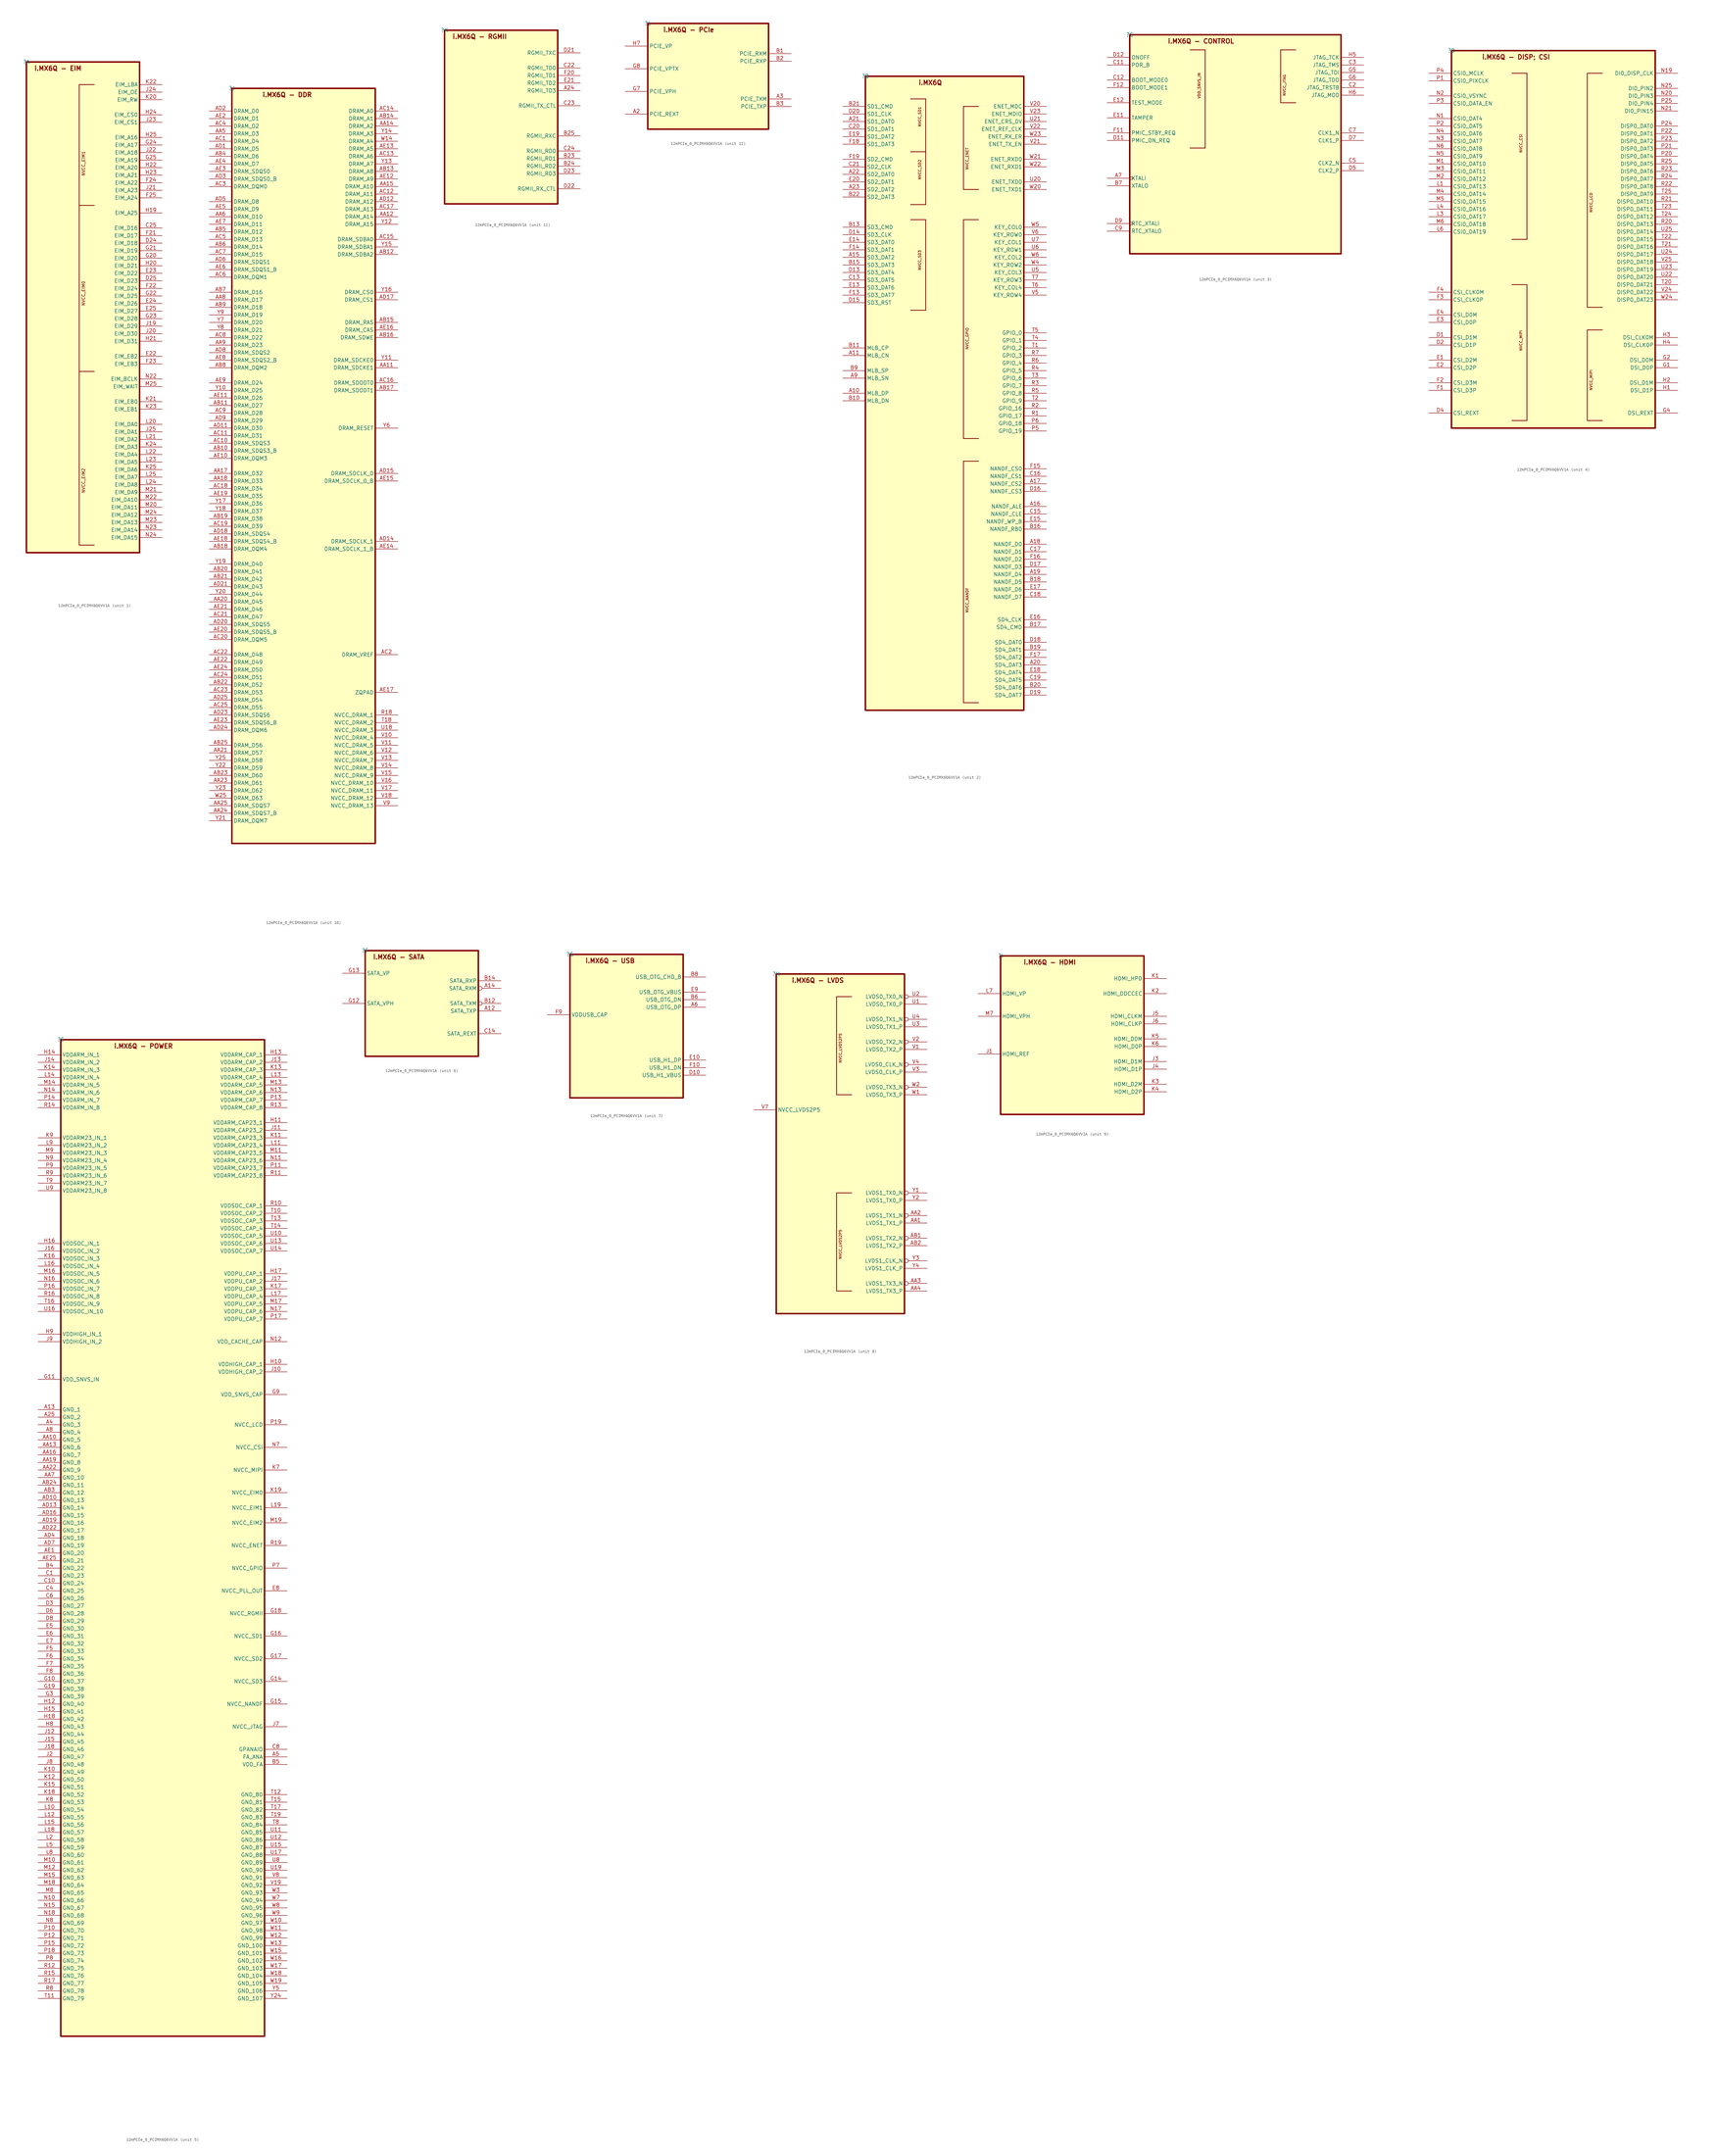
<source format=kicad_sym>
(kicad_symbol_lib
  (version 20220914)
  (generator kicad_symbol_editor)
  (symbol "12mPCIe_0_PCIMX6Q6VV1A"
    (property "Reference" ""
      (at 0 0 0)
      (effects (font (size 1.27 1.27))))
    (property "Value" ""
      (at 0 0 0)
      (effects (font (size 1.27 1.27))))
    (symbol "12mPCIe_0_PCIMX6Q6VV1A_1_0"
      (polyline (pts (xy 17.78 -104.14) (xy 17.78 -162.56)) (stroke (width 0.254) (type solid)) (fill (type none)))
      (polyline (pts (xy 17.78 -104.14) (xy 22.86 -104.14)) (stroke (width 0.254) (type solid)) (fill (type none)))
      (polyline (pts (xy 17.78 -48.26) (xy 22.86 -48.26)) (stroke (width 0.254) (type solid)) (fill (type none)))
      (polyline (pts (xy 17.78 -7.62) (xy 17.78 -104.14)) (stroke (width 0.254) (type solid)) (fill (type none)))
      (polyline (pts (xy 22.86 -162.56) (xy 17.78 -162.56)) (stroke (width 0.254) (type solid)) (fill (type none)))
      (polyline (pts (xy 22.86 -7.62) (xy 17.78 -7.62)) (stroke (width 0.254) (type solid)) (fill (type none)))
      (rectangle (start 38.1 0) (end 0 -165.1) (stroke (width 0.508) (type solid)) (fill (type background)))
      (text "i.MX6Q - EIM" (at 2.54 -3.048 0) (effects (font (size 1.524 1.524) bold) (justify left bottom)))
      (text "NVCC_EIM0" (at 19.812 -82.101 900) (effects (font (size 1.016 1.016)) (justify left bottom)))
      (text "NVCC_EIM1" (at 19.812 -38.413 900) (effects (font (size 1.016 1.016)) (justify left bottom)))
      (text "NVCC_EIM2" (at 19.812 -145.093 900) (effects (font (size 1.016 1.016)) (justify left bottom)))
      (pin bidirectional line (at 45.72 -55.88 180) (length 7.62) (name "EIM_D16" (effects (font (size 1.27 1.27)))) (number "C25" (effects (font (size 1.27 1.27)))))
      (pin bidirectional line (at 45.72 -60.96 180) (length 7.62) (name "EIM_D18" (effects (font (size 1.27 1.27)))) (number "D24" (effects (font (size 1.27 1.27)))))
      (pin bidirectional line (at 45.72 -73.66 180) (length 7.62) (name "EIM_D23" (effects (font (size 1.27 1.27)))) (number "D25" (effects (font (size 1.27 1.27)))))
      (pin bidirectional line (at 45.72 -99.06 180) (length 7.62) (name "EIM_EB2" (effects (font (size 1.27 1.27)))) (number "E22" (effects (font (size 1.27 1.27)))))
      (pin bidirectional line (at 45.72 -71.12 180) (length 7.62) (name "EIM_D22" (effects (font (size 1.27 1.27)))) (number "E23" (effects (font (size 1.27 1.27)))))
      (pin bidirectional line (at 45.72 -81.28 180) (length 7.62) (name "EIM_D26" (effects (font (size 1.27 1.27)))) (number "E24" (effects (font (size 1.27 1.27)))))
      (pin bidirectional line (at 45.72 -83.82 180) (length 7.62) (name "EIM_D27" (effects (font (size 1.27 1.27)))) (number "E25" (effects (font (size 1.27 1.27)))))
      (pin bidirectional line (at 45.72 -58.42 180) (length 7.62) (name "EIM_D17" (effects (font (size 1.27 1.27)))) (number "F21" (effects (font (size 1.27 1.27)))))
      (pin bidirectional line (at 45.72 -76.2 180) (length 7.62) (name "EIM_D24" (effects (font (size 1.27 1.27)))) (number "F22" (effects (font (size 1.27 1.27)))))
      (pin bidirectional line (at 45.72 -101.6 180) (length 7.62) (name "EIM_EB3" (effects (font (size 1.27 1.27)))) (number "F23" (effects (font (size 1.27 1.27)))))
      (pin bidirectional line (at 45.72 -40.64 180) (length 7.62) (name "EIM_A22" (effects (font (size 1.27 1.27)))) (number "F24" (effects (font (size 1.27 1.27)))))
      (pin bidirectional line (at 45.72 -45.72 180) (length 7.62) (name "EIM_A24" (effects (font (size 1.27 1.27)))) (number "F25" (effects (font (size 1.27 1.27)))))
      (pin bidirectional line (at 45.72 -66.04 180) (length 7.62) (name "EIM_D20" (effects (font (size 1.27 1.27)))) (number "G20" (effects (font (size 1.27 1.27)))))
      (pin bidirectional line (at 45.72 -63.5 180) (length 7.62) (name "EIM_D19" (effects (font (size 1.27 1.27)))) (number "G21" (effects (font (size 1.27 1.27)))))
      (pin bidirectional line (at 45.72 -78.74 180) (length 7.62) (name "EIM_D25" (effects (font (size 1.27 1.27)))) (number "G22" (effects (font (size 1.27 1.27)))))
      (pin bidirectional line (at 45.72 -86.36 180) (length 7.62) (name "EIM_D28" (effects (font (size 1.27 1.27)))) (number "G23" (effects (font (size 1.27 1.27)))))
      (pin bidirectional line (at 45.72 -27.94 180) (length 7.62) (name "EIM_A17" (effects (font (size 1.27 1.27)))) (number "G24" (effects (font (size 1.27 1.27)))))
      (pin bidirectional line (at 45.72 -33.02 180) (length 7.62) (name "EIM_A19" (effects (font (size 1.27 1.27)))) (number "G25" (effects (font (size 1.27 1.27)))))
      (pin bidirectional line (at 45.72 -50.8 180) (length 7.62) (name "EIM_A25" (effects (font (size 1.27 1.27)))) (number "H19" (effects (font (size 1.27 1.27)))))
      (pin bidirectional line (at 45.72 -68.58 180) (length 7.62) (name "EIM_D21" (effects (font (size 1.27 1.27)))) (number "H20" (effects (font (size 1.27 1.27)))))
      (pin bidirectional line (at 45.72 -93.98 180) (length 7.62) (name "EIM_D31" (effects (font (size 1.27 1.27)))) (number "H21" (effects (font (size 1.27 1.27)))))
      (pin bidirectional line (at 45.72 -35.56 180) (length 7.62) (name "EIM_A20" (effects (font (size 1.27 1.27)))) (number "H22" (effects (font (size 1.27 1.27)))))
      (pin bidirectional line (at 45.72 -38.1 180) (length 7.62) (name "EIM_A21" (effects (font (size 1.27 1.27)))) (number "H23" (effects (font (size 1.27 1.27)))))
      (pin bidirectional line (at 45.72 -17.78 180) (length 7.62) (name "EIM_CS0" (effects (font (size 1.27 1.27)))) (number "H24" (effects (font (size 1.27 1.27)))))
      (pin bidirectional line (at 45.72 -25.4 180) (length 7.62) (name "EIM_A16" (effects (font (size 1.27 1.27)))) (number "H25" (effects (font (size 1.27 1.27)))))
      (pin bidirectional line (at 45.72 -88.9 180) (length 7.62) (name "EIM_D29" (effects (font (size 1.27 1.27)))) (number "J19" (effects (font (size 1.27 1.27)))))
      (pin bidirectional line (at 45.72 -91.44 180) (length 7.62) (name "EIM_D30" (effects (font (size 1.27 1.27)))) (number "J20" (effects (font (size 1.27 1.27)))))
      (pin bidirectional line (at 45.72 -43.18 180) (length 7.62) (name "EIM_A23" (effects (font (size 1.27 1.27)))) (number "J21" (effects (font (size 1.27 1.27)))))
      (pin bidirectional line (at 45.72 -30.48 180) (length 7.62) (name "EIM_A18" (effects (font (size 1.27 1.27)))) (number "J22" (effects (font (size 1.27 1.27)))))
      (pin bidirectional line (at 45.72 -20.32 180) (length 7.62) (name "EIM_CS1" (effects (font (size 1.27 1.27)))) (number "J23" (effects (font (size 1.27 1.27)))))
      (pin bidirectional line (at 45.72 -10.16 180) (length 7.62) (name "EIM_OE" (effects (font (size 1.27 1.27)))) (number "J24" (effects (font (size 1.27 1.27)))))
      (pin bidirectional line (at 45.72 -124.46 180) (length 7.62) (name "EIM_DA1" (effects (font (size 1.27 1.27)))) (number "J25" (effects (font (size 1.27 1.27)))))
      (pin bidirectional line (at 45.72 -12.7 180) (length 7.62) (name "EIM_RW" (effects (font (size 1.27 1.27)))) (number "K20" (effects (font (size 1.27 1.27)))))
      (pin bidirectional line (at 45.72 -114.3 180) (length 7.62) (name "EIM_EB0" (effects (font (size 1.27 1.27)))) (number "K21" (effects (font (size 1.27 1.27)))))
      (pin bidirectional line (at 45.72 -7.62 180) (length 7.62) (name "EIM_LBA" (effects (font (size 1.27 1.27)))) (number "K22" (effects (font (size 1.27 1.27)))))
      (pin bidirectional line (at 45.72 -116.84 180) (length 7.62) (name "EIM_EB1" (effects (font (size 1.27 1.27)))) (number "K23" (effects (font (size 1.27 1.27)))))
      (pin bidirectional line (at 45.72 -129.54 180) (length 7.62) (name "EIM_DA3" (effects (font (size 1.27 1.27)))) (number "K24" (effects (font (size 1.27 1.27)))))
      (pin bidirectional line (at 45.72 -137.16 180) (length 7.62) (name "EIM_DA6" (effects (font (size 1.27 1.27)))) (number "K25" (effects (font (size 1.27 1.27)))))
      (pin bidirectional line (at 45.72 -121.92 180) (length 7.62) (name "EIM_DA0" (effects (font (size 1.27 1.27)))) (number "L20" (effects (font (size 1.27 1.27)))))
      (pin bidirectional line (at 45.72 -127 180) (length 7.62) (name "EIM_DA2" (effects (font (size 1.27 1.27)))) (number "L21" (effects (font (size 1.27 1.27)))))
      (pin bidirectional line (at 45.72 -132.08 180) (length 7.62) (name "EIM_DA4" (effects (font (size 1.27 1.27)))) (number "L22" (effects (font (size 1.27 1.27)))))
      (pin bidirectional line (at 45.72 -134.62 180) (length 7.62) (name "EIM_DA5" (effects (font (size 1.27 1.27)))) (number "L23" (effects (font (size 1.27 1.27)))))
      (pin bidirectional line (at 45.72 -142.24 180) (length 7.62) (name "EIM_DA8" (effects (font (size 1.27 1.27)))) (number "L24" (effects (font (size 1.27 1.27)))))
      (pin bidirectional line (at 45.72 -139.7 180) (length 7.62) (name "EIM_DA7" (effects (font (size 1.27 1.27)))) (number "L25" (effects (font (size 1.27 1.27)))))
      (pin bidirectional line (at 45.72 -149.86 180) (length 7.62) (name "EIM_DA11" (effects (font (size 1.27 1.27)))) (number "M20" (effects (font (size 1.27 1.27)))))
      (pin bidirectional line (at 45.72 -144.78 180) (length 7.62) (name "EIM_DA9" (effects (font (size 1.27 1.27)))) (number "M21" (effects (font (size 1.27 1.27)))))
      (pin bidirectional line (at 45.72 -147.32 180) (length 7.62) (name "EIM_DA10" (effects (font (size 1.27 1.27)))) (number "M22" (effects (font (size 1.27 1.27)))))
      (pin bidirectional line (at 45.72 -154.94 180) (length 7.62) (name "EIM_DA13" (effects (font (size 1.27 1.27)))) (number "M23" (effects (font (size 1.27 1.27)))))
      (pin bidirectional line (at 45.72 -152.4 180) (length 7.62) (name "EIM_DA12" (effects (font (size 1.27 1.27)))) (number "M24" (effects (font (size 1.27 1.27)))))
      (pin bidirectional line (at 45.72 -109.22 180) (length 7.62) (name "EIM_WAIT" (effects (font (size 1.27 1.27)))) (number "M25" (effects (font (size 1.27 1.27)))))
      (pin bidirectional line (at 45.72 -106.68 180) (length 7.62) (name "EIM_BCLK" (effects (font (size 1.27 1.27)))) (number "N22" (effects (font (size 1.27 1.27)))))
      (pin bidirectional line (at 45.72 -157.48 180) (length 7.62) (name "EIM_DA14" (effects (font (size 1.27 1.27)))) (number "N23" (effects (font (size 1.27 1.27)))))
      (pin bidirectional line (at 45.72 -160.02 180) (length 7.62) (name "EIM_DA15" (effects (font (size 1.27 1.27)))) (number "N24" (effects (font (size 1.27 1.27))))))
    (symbol "12mPCIe_0_PCIMX6Q6VV1A_2_0"
      (polyline (pts (xy 20.32 -78.74) (xy 15.24 -78.74)) (stroke (width 0.254) (type solid)) (fill (type none)))
      (polyline (pts (xy 20.32 -48.26) (xy 15.24 -48.26)) (stroke (width 0.254) (type solid)) (fill (type none)))
      (polyline (pts (xy 20.32 -48.26) (xy 20.32 -78.74)) (stroke (width 0.254) (type solid)) (fill (type none)))
      (polyline (pts (xy 20.32 -43.18) (xy 15.24 -43.18)) (stroke (width 0.254) (type solid)) (fill (type none)))
      (polyline (pts (xy 20.32 -25.4) (xy 15.24 -25.4)) (stroke (width 0.254) (type solid)) (fill (type none)))
      (polyline (pts (xy 20.32 -7.62) (xy 15.24 -7.62)) (stroke (width 0.254) (type solid)) (fill (type none)))
      (polyline (pts (xy 20.32 -7.62) (xy 20.32 -43.18)) (stroke (width 0.254) (type solid)) (fill (type none)))
      (polyline (pts (xy 33.02 -129.54) (xy 33.02 -210.82)) (stroke (width 0.254) (type solid)) (fill (type none)))
      (polyline (pts (xy 33.02 -48.26) (xy 33.02 -121.92)) (stroke (width 0.254) (type solid)) (fill (type none)))
      (polyline (pts (xy 33.02 -10.16) (xy 33.02 -38.1)) (stroke (width 0.254) (type solid)) (fill (type none)))
      (polyline (pts (xy 38.1 -210.82) (xy 33.02 -210.82)) (stroke (width 0.254) (type solid)) (fill (type none)))
      (polyline (pts (xy 38.1 -129.54) (xy 33.02 -129.54)) (stroke (width 0.254) (type solid)) (fill (type none)))
      (polyline (pts (xy 38.1 -121.92) (xy 33.02 -121.92)) (stroke (width 0.254) (type solid)) (fill (type none)))
      (polyline (pts (xy 38.1 -48.26) (xy 33.02 -48.26)) (stroke (width 0.254) (type solid)) (fill (type none)))
      (polyline (pts (xy 38.1 -38.1) (xy 33.02 -38.1)) (stroke (width 0.254) (type solid)) (fill (type none)))
      (polyline (pts (xy 38.1 -10.16) (xy 33.02 -10.16)) (stroke (width 0.254) (type solid)) (fill (type none)))
      (rectangle (start 53.34 0) (end 0 -213.36) (stroke (width 0.508) (type solid)) (fill (type background)))
      (text "i.MX6Q" (at 17.78 -3.048 0) (effects (font (size 1.524 1.524) bold) (justify left bottom)))
      (text "NVCC_ENET" (at 34.798 -31.496 900) (effects (font (size 0.889 0.889)) (justify left bottom)))
      (text "NVCC_GPIO" (at 34.798 -92.007 900) (effects (font (size 0.889 0.889)) (justify left bottom)))
      (text "NVCC_NANDF" (at 34.798 -180.614 900) (effects (font (size 0.889 0.889)) (justify left bottom)))
      (text "NVCC_SD1" (at 17.78 -10.16 900) (effects (font (size 0.889 0.889)) (justify right top)))
      (text "NVCC_SD2" (at 17.78 -27.94 900) (effects (font (size 0.889 0.889)) (justify right top)))
      (text "NVCC_SD3" (at 17.78 -58.42 900) (effects (font (size 0.889 0.889)) (justify right top)))
      (pin input line (at -7.62 -106.68 0) (length 7.62) (name "MLB_DP" (effects (font (size 1.27 1.27)))) (number "A10" (effects (font (size 1.27 1.27)))))
      (pin input line (at -7.62 -93.98 0) (length 7.62) (name "MLB_CN" (effects (font (size 1.27 1.27)))) (number "A11" (effects (font (size 1.27 1.27)))))
      (pin bidirectional line (at -7.62 -60.96 0) (length 7.62) (name "SD3_DAT2" (effects (font (size 1.27 1.27)))) (number "A15" (effects (font (size 1.27 1.27)))))
      (pin bidirectional line (at 60.96 -144.78 180) (length 7.62) (name "NANDF_ALE" (effects (font (size 1.27 1.27)))) (number "A16" (effects (font (size 1.27 1.27)))))
      (pin bidirectional line (at 60.96 -137.16 180) (length 7.62) (name "NANDF_CS2" (effects (font (size 1.27 1.27)))) (number "A17" (effects (font (size 1.27 1.27)))))
      (pin bidirectional line (at 60.96 -157.48 180) (length 7.62) (name "NANDF_D0" (effects (font (size 1.27 1.27)))) (number "A18" (effects (font (size 1.27 1.27)))))
      (pin bidirectional line (at 60.96 -167.64 180) (length 7.62) (name "NANDF_D4" (effects (font (size 1.27 1.27)))) (number "A19" (effects (font (size 1.27 1.27)))))
      (pin bidirectional line (at 60.96 -198.12 180) (length 7.62) (name "SD4_DAT3" (effects (font (size 1.27 1.27)))) (number "A20" (effects (font (size 1.27 1.27)))))
      (pin bidirectional line (at -7.62 -15.24 0) (length 7.62) (name "SD1_DAT0" (effects (font (size 1.27 1.27)))) (number "A21" (effects (font (size 1.27 1.27)))))
      (pin bidirectional line (at -7.62 -33.02 0) (length 7.62) (name "SD2_DAT0" (effects (font (size 1.27 1.27)))) (number "A22" (effects (font (size 1.27 1.27)))))
      (pin bidirectional line (at -7.62 -38.1 0) (length 7.62) (name "SD2_DAT2" (effects (font (size 1.27 1.27)))) (number "A23" (effects (font (size 1.27 1.27)))))
      (pin input line (at -7.62 -101.6 0) (length 7.62) (name "MLB_SN" (effects (font (size 1.27 1.27)))) (number "A9" (effects (font (size 1.27 1.27)))))
      (pin input line (at -7.62 -109.22 0) (length 7.62) (name "MLB_DN" (effects (font (size 1.27 1.27)))) (number "B10" (effects (font (size 1.27 1.27)))))
      (pin input line (at -7.62 -91.44 0) (length 7.62) (name "MLB_CP" (effects (font (size 1.27 1.27)))) (number "B11" (effects (font (size 1.27 1.27)))))
      (pin bidirectional line (at -7.62 -50.8 0) (length 7.62) (name "SD3_CMD" (effects (font (size 1.27 1.27)))) (number "B13" (effects (font (size 1.27 1.27)))))
      (pin bidirectional line (at -7.62 -63.5 0) (length 7.62) (name "SD3_DAT3" (effects (font (size 1.27 1.27)))) (number "B15" (effects (font (size 1.27 1.27)))))
      (pin bidirectional line (at 60.96 -152.4 180) (length 7.62) (name "NANDF_RB0" (effects (font (size 1.27 1.27)))) (number "B16" (effects (font (size 1.27 1.27)))))
      (pin bidirectional line (at 60.96 -185.42 180) (length 7.62) (name "SD4_CMD" (effects (font (size 1.27 1.27)))) (number "B17" (effects (font (size 1.27 1.27)))))
      (pin bidirectional line (at 60.96 -170.18 180) (length 7.62) (name "NANDF_D5" (effects (font (size 1.27 1.27)))) (number "B18" (effects (font (size 1.27 1.27)))))
      (pin bidirectional line (at 60.96 -193.04 180) (length 7.62) (name "SD4_DAT1" (effects (font (size 1.27 1.27)))) (number "B19" (effects (font (size 1.27 1.27)))))
      (pin bidirectional line (at 60.96 -205.74 180) (length 7.62) (name "SD4_DAT6" (effects (font (size 1.27 1.27)))) (number "B20" (effects (font (size 1.27 1.27)))))
      (pin bidirectional line (at -7.62 -10.16 0) (length 7.62) (name "SD1_CMD" (effects (font (size 1.27 1.27)))) (number "B21" (effects (font (size 1.27 1.27)))))
      (pin bidirectional line (at -7.62 -40.64 0) (length 7.62) (name "SD2_DAT3" (effects (font (size 1.27 1.27)))) (number "B22" (effects (font (size 1.27 1.27)))))
      (pin input line (at -7.62 -99.06 0) (length 7.62) (name "MLB_SP" (effects (font (size 1.27 1.27)))) (number "B9" (effects (font (size 1.27 1.27)))))
      (pin bidirectional line (at -7.62 -68.58 0) (length 7.62) (name "SD3_DAT5" (effects (font (size 1.27 1.27)))) (number "C13" (effects (font (size 1.27 1.27)))))
      (pin bidirectional line (at 60.96 -147.32 180) (length 7.62) (name "NANDF_CLE" (effects (font (size 1.27 1.27)))) (number "C15" (effects (font (size 1.27 1.27)))))
      (pin bidirectional line (at 60.96 -134.62 180) (length 7.62) (name "NANDF_CS1" (effects (font (size 1.27 1.27)))) (number "C16" (effects (font (size 1.27 1.27)))))
      (pin bidirectional line (at 60.96 -160.02 180) (length 7.62) (name "NANDF_D1" (effects (font (size 1.27 1.27)))) (number "C17" (effects (font (size 1.27 1.27)))))
      (pin bidirectional line (at 60.96 -175.26 180) (length 7.62) (name "NANDF_D7" (effects (font (size 1.27 1.27)))) (number "C18" (effects (font (size 1.27 1.27)))))
      (pin bidirectional line (at 60.96 -203.2 180) (length 7.62) (name "SD4_DAT5" (effects (font (size 1.27 1.27)))) (number "C19" (effects (font (size 1.27 1.27)))))
      (pin bidirectional line (at -7.62 -17.78 0) (length 7.62) (name "SD1_DAT1" (effects (font (size 1.27 1.27)))) (number "C20" (effects (font (size 1.27 1.27)))))
      (pin bidirectional line (at -7.62 -30.48 0) (length 7.62) (name "SD2_CLK" (effects (font (size 1.27 1.27)))) (number "C21" (effects (font (size 1.27 1.27)))))
      (pin bidirectional line (at -7.62 -66.04 0) (length 7.62) (name "SD3_DAT4" (effects (font (size 1.27 1.27)))) (number "D13" (effects (font (size 1.27 1.27)))))
      (pin bidirectional line (at -7.62 -53.34 0) (length 7.62) (name "SD3_CLK" (effects (font (size 1.27 1.27)))) (number "D14" (effects (font (size 1.27 1.27)))))
      (pin bidirectional line (at -7.62 -76.2 0) (length 7.62) (name "SD3_RST" (effects (font (size 1.27 1.27)))) (number "D15" (effects (font (size 1.27 1.27)))))
      (pin bidirectional line (at 60.96 -139.7 180) (length 7.62) (name "NANDF_CS3" (effects (font (size 1.27 1.27)))) (number "D16" (effects (font (size 1.27 1.27)))))
      (pin bidirectional line (at 60.96 -165.1 180) (length 7.62) (name "NANDF_D3" (effects (font (size 1.27 1.27)))) (number "D17" (effects (font (size 1.27 1.27)))))
      (pin bidirectional line (at 60.96 -190.5 180) (length 7.62) (name "SD4_DAT0" (effects (font (size 1.27 1.27)))) (number "D18" (effects (font (size 1.27 1.27)))))
      (pin bidirectional line (at 60.96 -208.28 180) (length 7.62) (name "SD4_DAT7" (effects (font (size 1.27 1.27)))) (number "D19" (effects (font (size 1.27 1.27)))))
      (pin bidirectional line (at -7.62 -12.7 0) (length 7.62) (name "SD1_CLK" (effects (font (size 1.27 1.27)))) (number "D20" (effects (font (size 1.27 1.27)))))
      (pin bidirectional line (at -7.62 -71.12 0) (length 7.62) (name "SD3_DAT6" (effects (font (size 1.27 1.27)))) (number "E13" (effects (font (size 1.27 1.27)))))
      (pin bidirectional line (at -7.62 -55.88 0) (length 7.62) (name "SD3_DAT0" (effects (font (size 1.27 1.27)))) (number "E14" (effects (font (size 1.27 1.27)))))
      (pin bidirectional line (at 60.96 -149.86 180) (length 7.62) (name "NANDF_WP_B" (effects (font (size 1.27 1.27)))) (number "E15" (effects (font (size 1.27 1.27)))))
      (pin bidirectional line (at 60.96 -182.88 180) (length 7.62) (name "SD4_CLK" (effects (font (size 1.27 1.27)))) (number "E16" (effects (font (size 1.27 1.27)))))
      (pin bidirectional line (at 60.96 -172.72 180) (length 7.62) (name "NANDF_D6" (effects (font (size 1.27 1.27)))) (number "E17" (effects (font (size 1.27 1.27)))))
      (pin bidirectional line (at 60.96 -200.66 180) (length 7.62) (name "SD4_DAT4" (effects (font (size 1.27 1.27)))) (number "E18" (effects (font (size 1.27 1.27)))))
      (pin bidirectional line (at -7.62 -20.32 0) (length 7.62) (name "SD1_DAT2" (effects (font (size 1.27 1.27)))) (number "E19" (effects (font (size 1.27 1.27)))))
      (pin bidirectional line (at -7.62 -35.56 0) (length 7.62) (name "SD2_DAT1" (effects (font (size 1.27 1.27)))) (number "E20" (effects (font (size 1.27 1.27)))))
      (pin bidirectional line (at -7.62 -73.66 0) (length 7.62) (name "SD3_DAT7" (effects (font (size 1.27 1.27)))) (number "F13" (effects (font (size 1.27 1.27)))))
      (pin bidirectional line (at -7.62 -58.42 0) (length 7.62) (name "SD3_DAT1" (effects (font (size 1.27 1.27)))) (number "F14" (effects (font (size 1.27 1.27)))))
      (pin bidirectional line (at 60.96 -132.08 180) (length 7.62) (name "NANDF_CS0" (effects (font (size 1.27 1.27)))) (number "F15" (effects (font (size 1.27 1.27)))))
      (pin bidirectional line (at 60.96 -162.56 180) (length 7.62) (name "NANDF_D2" (effects (font (size 1.27 1.27)))) (number "F16" (effects (font (size 1.27 1.27)))))
      (pin bidirectional line (at 60.96 -195.58 180) (length 7.62) (name "SD4_DAT2" (effects (font (size 1.27 1.27)))) (number "F17" (effects (font (size 1.27 1.27)))))
      (pin bidirectional line (at -7.62 -22.86 0) (length 7.62) (name "SD1_DAT3" (effects (font (size 1.27 1.27)))) (number "F18" (effects (font (size 1.27 1.27)))))
      (pin bidirectional line (at -7.62 -27.94 0) (length 7.62) (name "SD2_CMD" (effects (font (size 1.27 1.27)))) (number "F19" (effects (font (size 1.27 1.27)))))
      (pin bidirectional line (at 60.96 -119.38 180) (length 7.62) (name "GPIO_19" (effects (font (size 1.27 1.27)))) (number "P5" (effects (font (size 1.27 1.27)))))
      (pin bidirectional line (at 60.96 -116.84 180) (length 7.62) (name "GPIO_18" (effects (font (size 1.27 1.27)))) (number "P6" (effects (font (size 1.27 1.27)))))
      (pin bidirectional line (at 60.96 -114.3 180) (length 7.62) (name "GPIO_17" (effects (font (size 1.27 1.27)))) (number "R1" (effects (font (size 1.27 1.27)))))
      (pin bidirectional line (at 60.96 -111.76 180) (length 7.62) (name "GPIO_16" (effects (font (size 1.27 1.27)))) (number "R2" (effects (font (size 1.27 1.27)))))
      (pin bidirectional line (at 60.96 -104.14 180) (length 7.62) (name "GPIO_7" (effects (font (size 1.27 1.27)))) (number "R3" (effects (font (size 1.27 1.27)))))
      (pin bidirectional line (at 60.96 -99.06 180) (length 7.62) (name "GPIO_5" (effects (font (size 1.27 1.27)))) (number "R4" (effects (font (size 1.27 1.27)))))
      (pin bidirectional line (at 60.96 -106.68 180) (length 7.62) (name "GPIO_8" (effects (font (size 1.27 1.27)))) (number "R5" (effects (font (size 1.27 1.27)))))
      (pin bidirectional line (at 60.96 -96.52 180) (length 7.62) (name "GPIO_4" (effects (font (size 1.27 1.27)))) (number "R6" (effects (font (size 1.27 1.27)))))
      (pin bidirectional line (at 60.96 -93.98 180) (length 7.62) (name "GPIO_3" (effects (font (size 1.27 1.27)))) (number "R7" (effects (font (size 1.27 1.27)))))
      (pin bidirectional line (at 60.96 -91.44 180) (length 7.62) (name "GPIO_2" (effects (font (size 1.27 1.27)))) (number "T1" (effects (font (size 1.27 1.27)))))
      (pin bidirectional line (at 60.96 -109.22 180) (length 7.62) (name "GPIO_9" (effects (font (size 1.27 1.27)))) (number "T2" (effects (font (size 1.27 1.27)))))
      (pin bidirectional line (at 60.96 -101.6 180) (length 7.62) (name "GPIO_6" (effects (font (size 1.27 1.27)))) (number "T3" (effects (font (size 1.27 1.27)))))
      (pin bidirectional line (at 60.96 -88.9 180) (length 7.62) (name "GPIO_1" (effects (font (size 1.27 1.27)))) (number "T4" (effects (font (size 1.27 1.27)))))
      (pin bidirectional line (at 60.96 -86.36 180) (length 7.62) (name "GPIO_0" (effects (font (size 1.27 1.27)))) (number "T5" (effects (font (size 1.27 1.27)))))
      (pin bidirectional line (at 60.96 -71.12 180) (length 7.62) (name "KEY_COL4" (effects (font (size 1.27 1.27)))) (number "T6" (effects (font (size 1.27 1.27)))))
      (pin bidirectional line (at 60.96 -68.58 180) (length 7.62) (name "KEY_ROW3" (effects (font (size 1.27 1.27)))) (number "T7" (effects (font (size 1.27 1.27)))))
      (pin bidirectional line (at 60.96 -35.56 180) (length 7.62) (name "ENET_TXD0" (effects (font (size 1.27 1.27)))) (number "U20" (effects (font (size 1.27 1.27)))))
      (pin bidirectional line (at 60.96 -15.24 180) (length 7.62) (name "ENET_CRS_DV" (effects (font (size 1.27 1.27)))) (number "U21" (effects (font (size 1.27 1.27)))))
      (pin bidirectional line (at 60.96 -66.04 180) (length 7.62) (name "KEY_COL3" (effects (font (size 1.27 1.27)))) (number "U5" (effects (font (size 1.27 1.27)))))
      (pin bidirectional line (at 60.96 -58.42 180) (length 7.62) (name "KEY_ROW1" (effects (font (size 1.27 1.27)))) (number "U6" (effects (font (size 1.27 1.27)))))
      (pin bidirectional line (at 60.96 -55.88 180) (length 7.62) (name "KEY_COL1" (effects (font (size 1.27 1.27)))) (number "U7" (effects (font (size 1.27 1.27)))))
      (pin bidirectional line (at 60.96 -10.16 180) (length 7.62) (name "ENET_MDC" (effects (font (size 1.27 1.27)))) (number "V20" (effects (font (size 1.27 1.27)))))
      (pin bidirectional line (at 60.96 -22.86 180) (length 7.62) (name "ENET_TX_EN" (effects (font (size 1.27 1.27)))) (number "V21" (effects (font (size 1.27 1.27)))))
      (pin bidirectional line (at 60.96 -17.78 180) (length 7.62) (name "ENET_REF_CLK" (effects (font (size 1.27 1.27)))) (number "V22" (effects (font (size 1.27 1.27)))))
      (pin bidirectional line (at 60.96 -12.7 180) (length 7.62) (name "ENET_MDIO" (effects (font (size 1.27 1.27)))) (number "V23" (effects (font (size 1.27 1.27)))))
      (pin bidirectional line (at 60.96 -73.66 180) (length 7.62) (name "KEY_ROW4" (effects (font (size 1.27 1.27)))) (number "V5" (effects (font (size 1.27 1.27)))))
      (pin bidirectional line (at 60.96 -53.34 180) (length 7.62) (name "KEY_ROW0" (effects (font (size 1.27 1.27)))) (number "V6" (effects (font (size 1.27 1.27)))))
      (pin bidirectional line (at 60.96 -38.1 180) (length 7.62) (name "ENET_TXD1" (effects (font (size 1.27 1.27)))) (number "W20" (effects (font (size 1.27 1.27)))))
      (pin bidirectional line (at 60.96 -27.94 180) (length 7.62) (name "ENET_RXD0" (effects (font (size 1.27 1.27)))) (number "W21" (effects (font (size 1.27 1.27)))))
      (pin bidirectional line (at 60.96 -30.48 180) (length 7.62) (name "ENET_RXD1" (effects (font (size 1.27 1.27)))) (number "W22" (effects (font (size 1.27 1.27)))))
      (pin bidirectional line (at 60.96 -20.32 180) (length 7.62) (name "ENET_RX_ER" (effects (font (size 1.27 1.27)))) (number "W23" (effects (font (size 1.27 1.27)))))
      (pin bidirectional line (at 60.96 -63.5 180) (length 7.62) (name "KEY_ROW2" (effects (font (size 1.27 1.27)))) (number "W4" (effects (font (size 1.27 1.27)))))
      (pin bidirectional line (at 60.96 -50.8 180) (length 7.62) (name "KEY_COL0" (effects (font (size 1.27 1.27)))) (number "W5" (effects (font (size 1.27 1.27)))))
      (pin bidirectional line (at 60.96 -60.96 180) (length 7.62) (name "KEY_COL2" (effects (font (size 1.27 1.27)))) (number "W6" (effects (font (size 1.27 1.27))))))
    (symbol "12mPCIe_0_PCIMX6Q6VV1A_3_0"
      (polyline (pts (xy 25.4 -38.1) (xy 20.32 -38.1)) (stroke (width 0.254) (type solid)) (fill (type none)))
      (polyline (pts (xy 25.4 -5.08) (xy 20.32 -5.08)) (stroke (width 0.254) (type solid)) (fill (type none)))
      (polyline (pts (xy 25.4 -5.08) (xy 25.4 -38.1)) (stroke (width 0.254) (type solid)) (fill (type none)))
      (polyline (pts (xy 50.8 -22.86) (xy 55.88 -22.86)) (stroke (width 0.254) (type solid)) (fill (type none)))
      (polyline (pts (xy 50.8 -5.08) (xy 50.8 -22.86)) (stroke (width 0.254) (type solid)) (fill (type none)))
      (polyline (pts (xy 50.8 -5.08) (xy 55.88 -5.08)) (stroke (width 0.254) (type solid)) (fill (type none)))
      (rectangle (start 71.12 0) (end 0 -73.66) (stroke (width 0.508) (type solid)) (fill (type background)))
      (text "i.MX6Q - CONTROL" (at 12.7 -3.048 0) (effects (font (size 1.524 1.524) bold) (justify left bottom)))
      (text "NVCC_JTAG" (at 52.578 -20.633 900) (effects (font (size 0.889 0.889)) (justify left bottom)))
      (text "VDD_SNVS_IN" (at 22.86 -12.7 900) (effects (font (size 0.889 0.889)) (justify right top)))
      (pin input clock (at -7.62 -48.26 0) (length 7.62) (name "XTALI" (effects (font (size 1.27 1.27)))) (number "A7" (effects (font (size 1.27 1.27)))))
      (pin output line (at -7.62 -50.8 0) (length 7.62) (name "XTALO" (effects (font (size 1.27 1.27)))) (number "B7" (effects (font (size 1.27 1.27)))))
      (pin input line (at -7.62 -10.16 0) (length 7.62) (name "POR_B" (effects (font (size 1.27 1.27)))) (number "C11" (effects (font (size 1.27 1.27)))))
      (pin input line (at -7.62 -15.24 0) (length 7.62) (name "BOOT_MODE0" (effects (font (size 1.27 1.27)))) (number "C12" (effects (font (size 1.27 1.27)))))
      (pin input line (at 78.74 -17.78 180) (length 7.62) (name "JTAG_TRSTB" (effects (font (size 1.27 1.27)))) (number "C2" (effects (font (size 1.27 1.27)))))
      (pin input line (at 78.74 -10.16 180) (length 7.62) (name "JTAG_TMS" (effects (font (size 1.27 1.27)))) (number "C3" (effects (font (size 1.27 1.27)))))
      (pin output line (at 78.74 -43.18 180) (length 7.62) (name "CLK2_N" (effects (font (size 1.27 1.27)))) (number "C5" (effects (font (size 1.27 1.27)))))
      (pin output line (at 78.74 -33.02 180) (length 7.62) (name "CLK1_N" (effects (font (size 1.27 1.27)))) (number "C7" (effects (font (size 1.27 1.27)))))
      (pin output line (at -7.62 -66.04 0) (length 7.62) (name "RTC_XTALO" (effects (font (size 1.27 1.27)))) (number "C9" (effects (font (size 1.27 1.27)))))
      (pin output line (at -7.62 -35.56 0) (length 7.62) (name "PMIC_ON_REQ" (effects (font (size 1.27 1.27)))) (number "D11" (effects (font (size 1.27 1.27)))))
      (pin input line (at -7.62 -7.62 0) (length 7.62) (name "ONOFF" (effects (font (size 1.27 1.27)))) (number "D12" (effects (font (size 1.27 1.27)))))
      (pin output line (at 78.74 -45.72 180) (length 7.62) (name "CLK2_P" (effects (font (size 1.27 1.27)))) (number "D5" (effects (font (size 1.27 1.27)))))
      (pin output line (at 78.74 -35.56 180) (length 7.62) (name "CLK1_P" (effects (font (size 1.27 1.27)))) (number "D7" (effects (font (size 1.27 1.27)))))
      (pin input clock (at -7.62 -63.5 0) (length 7.62) (name "RTC_XTALI" (effects (font (size 1.27 1.27)))) (number "D9" (effects (font (size 1.27 1.27)))))
      (pin input line (at -7.62 -27.94 0) (length 7.62) (name "TAMPER" (effects (font (size 1.27 1.27)))) (number "E11" (effects (font (size 1.27 1.27)))))
      (pin input line (at -7.62 -22.86 0) (length 7.62) (name "TEST_MODE" (effects (font (size 1.27 1.27)))) (number "E12" (effects (font (size 1.27 1.27)))))
      (pin output line (at -7.62 -33.02 0) (length 7.62) (name "PMIC_STBY_REQ" (effects (font (size 1.27 1.27)))) (number "F11" (effects (font (size 1.27 1.27)))))
      (pin input line (at -7.62 -17.78 0) (length 7.62) (name "BOOT_MODE1" (effects (font (size 1.27 1.27)))) (number "F12" (effects (font (size 1.27 1.27)))))
      (pin input line (at 78.74 -12.7 180) (length 7.62) (name "JTAG_TDI" (effects (font (size 1.27 1.27)))) (number "G5" (effects (font (size 1.27 1.27)))))
      (pin output line (at 78.74 -15.24 180) (length 7.62) (name "JTAG_TDO" (effects (font (size 1.27 1.27)))) (number "G6" (effects (font (size 1.27 1.27)))))
      (pin input line (at 78.74 -7.62 180) (length 7.62) (name "JTAG_TCK" (effects (font (size 1.27 1.27)))) (number "H5" (effects (font (size 1.27 1.27)))))
      (pin input line (at 78.74 -20.32 180) (length 7.62) (name "JTAG_MOD" (effects (font (size 1.27 1.27)))) (number "H6" (effects (font (size 1.27 1.27))))))
    (symbol "12mPCIe_0_PCIMX6Q6VV1A_4_0"
      (polyline (pts (xy 25.4 -124.46) (xy 20.32 -124.46)) (stroke (width 0.254) (type solid)) (fill (type none)))
      (polyline (pts (xy 25.4 -78.74) (xy 20.32 -78.74)) (stroke (width 0.254) (type solid)) (fill (type none)))
      (polyline (pts (xy 25.4 -78.74) (xy 25.4 -124.46)) (stroke (width 0.254) (type solid)) (fill (type none)))
      (polyline (pts (xy 25.4 -63.5) (xy 20.32 -63.5)) (stroke (width 0.254) (type solid)) (fill (type none)))
      (polyline (pts (xy 25.4 -7.62) (xy 20.32 -7.62)) (stroke (width 0.254) (type solid)) (fill (type none)))
      (polyline (pts (xy 25.4 -7.62) (xy 25.4 -63.5)) (stroke (width 0.254) (type solid)) (fill (type none)))
      (polyline (pts (xy 45.72 -93.98) (xy 45.72 -124.46)) (stroke (width 0.254) (type solid)) (fill (type none)))
      (polyline (pts (xy 45.72 -7.62) (xy 45.72 -86.36)) (stroke (width 0.254) (type solid)) (fill (type none)))
      (polyline (pts (xy 50.8 -124.46) (xy 45.72 -124.46)) (stroke (width 0.254) (type solid)) (fill (type none)))
      (polyline (pts (xy 50.8 -93.98) (xy 45.72 -93.98)) (stroke (width 0.254) (type solid)) (fill (type none)))
      (polyline (pts (xy 50.8 -86.36) (xy 45.72 -86.36)) (stroke (width 0.254) (type solid)) (fill (type none)))
      (polyline (pts (xy 50.8 -7.62) (xy 45.72 -7.62)) (stroke (width 0.254) (type solid)) (fill (type none)))
      (rectangle (start 68.58 0) (end 0 -127) (stroke (width 0.508) (type solid)) (fill (type background)))
      (text "i.MX6Q - DISP; CSI" (at 10.16 -3.048 0) (effects (font (size 1.524 1.524) bold) (justify left bottom)))
      (text "NVCC_CSI" (at 22.86 -27.94 900) (effects (font (size 0.889 0.889)) (justify right top)))
      (text "NVCC_LCD" (at 47.498 -54.532 900) (effects (font (size 0.889 0.889)) (justify left bottom)))
      (text "NVCC_MIPI" (at 22.86 -93.98 900) (effects (font (size 0.889 0.889)) (justify right top)))
      (text "NVCC_MIPI" (at 47.498 -114.417 900) (effects (font (size 0.889 0.889)) (justify left bottom)))
      (pin input line (at -7.62 -96.52 0) (length 7.62) (name "CSI_D1M" (effects (font (size 1.27 1.27)))) (number "D1" (effects (font (size 1.27 1.27)))))
      (pin input line (at -7.62 -99.06 0) (length 7.62) (name "CSI_D1P" (effects (font (size 1.27 1.27)))) (number "D2" (effects (font (size 1.27 1.27)))))
      (pin input line (at -7.62 -121.92 0) (length 7.62) (name "CSI_REXT" (effects (font (size 1.27 1.27)))) (number "D4" (effects (font (size 1.27 1.27)))))
      (pin input line (at -7.62 -104.14 0) (length 7.62) (name "CSI_D2M" (effects (font (size 1.27 1.27)))) (number "E1" (effects (font (size 1.27 1.27)))))
      (pin input line (at -7.62 -106.68 0) (length 7.62) (name "CSI_D2P" (effects (font (size 1.27 1.27)))) (number "E2" (effects (font (size 1.27 1.27)))))
      (pin input line (at -7.62 -91.44 0) (length 7.62) (name "CSI_D0P" (effects (font (size 1.27 1.27)))) (number "E3" (effects (font (size 1.27 1.27)))))
      (pin input line (at -7.62 -88.9 0) (length 7.62) (name "CSI_D0M" (effects (font (size 1.27 1.27)))) (number "E4" (effects (font (size 1.27 1.27)))))
      (pin input line (at -7.62 -114.3 0) (length 7.62) (name "CSI_D3P" (effects (font (size 1.27 1.27)))) (number "F1" (effects (font (size 1.27 1.27)))))
      (pin input line (at -7.62 -111.76 0) (length 7.62) (name "CSI_D3M" (effects (font (size 1.27 1.27)))) (number "F2" (effects (font (size 1.27 1.27)))))
      (pin input line (at -7.62 -83.82 0) (length 7.62) (name "CSI_CLK0P" (effects (font (size 1.27 1.27)))) (number "F3" (effects (font (size 1.27 1.27)))))
      (pin input line (at -7.62 -81.28 0) (length 7.62) (name "CSI_CLK0M" (effects (font (size 1.27 1.27)))) (number "F4" (effects (font (size 1.27 1.27)))))
      (pin output line (at 76.2 -106.68 180) (length 7.62) (name "DSI_D0P" (effects (font (size 1.27 1.27)))) (number "G1" (effects (font (size 1.27 1.27)))))
      (pin output line (at 76.2 -104.14 180) (length 7.62) (name "DSI_D0M" (effects (font (size 1.27 1.27)))) (number "G2" (effects (font (size 1.27 1.27)))))
      (pin input line (at 76.2 -121.92 180) (length 7.62) (name "DSI_REXT" (effects (font (size 1.27 1.27)))) (number "G4" (effects (font (size 1.27 1.27)))))
      (pin output line (at 76.2 -114.3 180) (length 7.62) (name "DSI_D1P" (effects (font (size 1.27 1.27)))) (number "H1" (effects (font (size 1.27 1.27)))))
      (pin output line (at 76.2 -111.76 180) (length 7.62) (name "DSI_D1M" (effects (font (size 1.27 1.27)))) (number "H2" (effects (font (size 1.27 1.27)))))
      (pin output line (at 76.2 -96.52 180) (length 7.62) (name "DSI_CLK0M" (effects (font (size 1.27 1.27)))) (number "H3" (effects (font (size 1.27 1.27)))))
      (pin output line (at 76.2 -99.06 180) (length 7.62) (name "DSI_CLK0P" (effects (font (size 1.27 1.27)))) (number "H4" (effects (font (size 1.27 1.27)))))
      (pin bidirectional line (at -7.62 -45.72 0) (length 7.62) (name "CSI0_DAT13" (effects (font (size 1.27 1.27)))) (number "L1" (effects (font (size 1.27 1.27)))))
      (pin bidirectional line (at -7.62 -55.88 0) (length 7.62) (name "CSI0_DAT17" (effects (font (size 1.27 1.27)))) (number "L3" (effects (font (size 1.27 1.27)))))
      (pin bidirectional line (at -7.62 -53.34 0) (length 7.62) (name "CSI0_DAT16" (effects (font (size 1.27 1.27)))) (number "L4" (effects (font (size 1.27 1.27)))))
      (pin bidirectional line (at -7.62 -60.96 0) (length 7.62) (name "CSI0_DAT19" (effects (font (size 1.27 1.27)))) (number "L6" (effects (font (size 1.27 1.27)))))
      (pin bidirectional line (at -7.62 -38.1 0) (length 7.62) (name "CSI0_DAT10" (effects (font (size 1.27 1.27)))) (number "M1" (effects (font (size 1.27 1.27)))))
      (pin bidirectional line (at -7.62 -43.18 0) (length 7.62) (name "CSI0_DAT12" (effects (font (size 1.27 1.27)))) (number "M2" (effects (font (size 1.27 1.27)))))
      (pin bidirectional line (at -7.62 -40.64 0) (length 7.62) (name "CSI0_DAT11" (effects (font (size 1.27 1.27)))) (number "M3" (effects (font (size 1.27 1.27)))))
      (pin bidirectional line (at -7.62 -48.26 0) (length 7.62) (name "CSI0_DAT14" (effects (font (size 1.27 1.27)))) (number "M4" (effects (font (size 1.27 1.27)))))
      (pin bidirectional line (at -7.62 -50.8 0) (length 7.62) (name "CSI0_DAT15" (effects (font (size 1.27 1.27)))) (number "M5" (effects (font (size 1.27 1.27)))))
      (pin bidirectional line (at -7.62 -58.42 0) (length 7.62) (name "CSI0_DAT18" (effects (font (size 1.27 1.27)))) (number "M6" (effects (font (size 1.27 1.27)))))
      (pin bidirectional line (at -7.62 -22.86 0) (length 7.62) (name "CSI0_DAT4" (effects (font (size 1.27 1.27)))) (number "N1" (effects (font (size 1.27 1.27)))))
      (pin bidirectional line (at 76.2 -7.62 180) (length 7.62) (name "DI0_DISP_CLK" (effects (font (size 1.27 1.27)))) (number "N19" (effects (font (size 1.27 1.27)))))
      (pin bidirectional line (at -7.62 -15.24 0) (length 7.62) (name "CSI0_VSYNC" (effects (font (size 1.27 1.27)))) (number "N2" (effects (font (size 1.27 1.27)))))
      (pin bidirectional line (at 76.2 -15.24 180) (length 7.62) (name "DI0_PIN3" (effects (font (size 1.27 1.27)))) (number "N20" (effects (font (size 1.27 1.27)))))
      (pin bidirectional line (at 76.2 -20.32 180) (length 7.62) (name "DI0_PIN15" (effects (font (size 1.27 1.27)))) (number "N21" (effects (font (size 1.27 1.27)))))
      (pin bidirectional line (at 76.2 -12.7 180) (length 7.62) (name "DI0_PIN2" (effects (font (size 1.27 1.27)))) (number "N25" (effects (font (size 1.27 1.27)))))
      (pin bidirectional line (at -7.62 -30.48 0) (length 7.62) (name "CSI0_DAT7" (effects (font (size 1.27 1.27)))) (number "N3" (effects (font (size 1.27 1.27)))))
      (pin bidirectional line (at -7.62 -27.94 0) (length 7.62) (name "CSI0_DAT6" (effects (font (size 1.27 1.27)))) (number "N4" (effects (font (size 1.27 1.27)))))
      (pin bidirectional line (at -7.62 -35.56 0) (length 7.62) (name "CSI0_DAT9" (effects (font (size 1.27 1.27)))) (number "N5" (effects (font (size 1.27 1.27)))))
      (pin bidirectional line (at -7.62 -33.02 0) (length 7.62) (name "CSI0_DAT8" (effects (font (size 1.27 1.27)))) (number "N6" (effects (font (size 1.27 1.27)))))
      (pin bidirectional line (at -7.62 -10.16 0) (length 7.62) (name "CSI0_PIXCLK" (effects (font (size 1.27 1.27)))) (number "P1" (effects (font (size 1.27 1.27)))))
      (pin bidirectional line (at -7.62 -25.4 0) (length 7.62) (name "CSI0_DAT5" (effects (font (size 1.27 1.27)))) (number "P2" (effects (font (size 1.27 1.27)))))
      (pin bidirectional line (at 76.2 -35.56 180) (length 7.62) (name "DISP0_DAT4" (effects (font (size 1.27 1.27)))) (number "P20" (effects (font (size 1.27 1.27)))))
      (pin bidirectional line (at 76.2 -33.02 180) (length 7.62) (name "DISP0_DAT3" (effects (font (size 1.27 1.27)))) (number "P21" (effects (font (size 1.27 1.27)))))
      (pin bidirectional line (at 76.2 -27.94 180) (length 7.62) (name "DISP0_DAT1" (effects (font (size 1.27 1.27)))) (number "P22" (effects (font (size 1.27 1.27)))))
      (pin bidirectional line (at 76.2 -30.48 180) (length 7.62) (name "DISP0_DAT2" (effects (font (size 1.27 1.27)))) (number "P23" (effects (font (size 1.27 1.27)))))
      (pin bidirectional line (at 76.2 -25.4 180) (length 7.62) (name "DISP0_DAT0" (effects (font (size 1.27 1.27)))) (number "P24" (effects (font (size 1.27 1.27)))))
      (pin bidirectional line (at 76.2 -17.78 180) (length 7.62) (name "DI0_PIN4" (effects (font (size 1.27 1.27)))) (number "P25" (effects (font (size 1.27 1.27)))))
      (pin bidirectional line (at -7.62 -17.78 0) (length 7.62) (name "CSI0_DATA_EN" (effects (font (size 1.27 1.27)))) (number "P3" (effects (font (size 1.27 1.27)))))
      (pin bidirectional line (at -7.62 -7.62 0) (length 7.62) (name "CSI0_MCLK" (effects (font (size 1.27 1.27)))) (number "P4" (effects (font (size 1.27 1.27)))))
      (pin bidirectional line (at 76.2 -58.42 180) (length 7.62) (name "DISP0_DAT13" (effects (font (size 1.27 1.27)))) (number "R20" (effects (font (size 1.27 1.27)))))
      (pin bidirectional line (at 76.2 -50.8 180) (length 7.62) (name "DISP0_DAT10" (effects (font (size 1.27 1.27)))) (number "R21" (effects (font (size 1.27 1.27)))))
      (pin bidirectional line (at 76.2 -45.72 180) (length 7.62) (name "DISP0_DAT8" (effects (font (size 1.27 1.27)))) (number "R22" (effects (font (size 1.27 1.27)))))
      (pin bidirectional line (at 76.2 -40.64 180) (length 7.62) (name "DISP0_DAT6" (effects (font (size 1.27 1.27)))) (number "R23" (effects (font (size 1.27 1.27)))))
      (pin bidirectional line (at 76.2 -43.18 180) (length 7.62) (name "DISP0_DAT7" (effects (font (size 1.27 1.27)))) (number "R24" (effects (font (size 1.27 1.27)))))
      (pin bidirectional line (at 76.2 -38.1 180) (length 7.62) (name "DISP0_DAT5" (effects (font (size 1.27 1.27)))) (number "R25" (effects (font (size 1.27 1.27)))))
      (pin bidirectional line (at 76.2 -78.74 180) (length 7.62) (name "DISP0_DAT21" (effects (font (size 1.27 1.27)))) (number "T20" (effects (font (size 1.27 1.27)))))
      (pin bidirectional line (at 76.2 -66.04 180) (length 7.62) (name "DISP0_DAT16" (effects (font (size 1.27 1.27)))) (number "T21" (effects (font (size 1.27 1.27)))))
      (pin bidirectional line (at 76.2 -63.5 180) (length 7.62) (name "DISP0_DAT15" (effects (font (size 1.27 1.27)))) (number "T22" (effects (font (size 1.27 1.27)))))
      (pin bidirectional line (at 76.2 -53.34 180) (length 7.62) (name "DISP0_DAT11" (effects (font (size 1.27 1.27)))) (number "T23" (effects (font (size 1.27 1.27)))))
      (pin bidirectional line (at 76.2 -55.88 180) (length 7.62) (name "DISP0_DAT12" (effects (font (size 1.27 1.27)))) (number "T24" (effects (font (size 1.27 1.27)))))
      (pin bidirectional line (at 76.2 -48.26 180) (length 7.62) (name "DISP0_DAT9" (effects (font (size 1.27 1.27)))) (number "T25" (effects (font (size 1.27 1.27)))))
      (pin bidirectional line (at 76.2 -76.2 180) (length 7.62) (name "DISP0_DAT20" (effects (font (size 1.27 1.27)))) (number "U22" (effects (font (size 1.27 1.27)))))
      (pin bidirectional line (at 76.2 -73.66 180) (length 7.62) (name "DISP0_DAT19" (effects (font (size 1.27 1.27)))) (number "U23" (effects (font (size 1.27 1.27)))))
      (pin bidirectional line (at 76.2 -68.58 180) (length 7.62) (name "DISP0_DAT17" (effects (font (size 1.27 1.27)))) (number "U24" (effects (font (size 1.27 1.27)))))
      (pin bidirectional line (at 76.2 -60.96 180) (length 7.62) (name "DISP0_DAT14" (effects (font (size 1.27 1.27)))) (number "U25" (effects (font (size 1.27 1.27)))))
      (pin bidirectional line (at 76.2 -81.28 180) (length 7.62) (name "DISP0_DAT22" (effects (font (size 1.27 1.27)))) (number "V24" (effects (font (size 1.27 1.27)))))
      (pin bidirectional line (at 76.2 -71.12 180) (length 7.62) (name "DISP0_DAT18" (effects (font (size 1.27 1.27)))) (number "V25" (effects (font (size 1.27 1.27)))))
      (pin bidirectional line (at 76.2 -83.82 180) (length 7.62) (name "DISP0_DAT23" (effects (font (size 1.27 1.27)))) (number "W24" (effects (font (size 1.27 1.27))))))
    (symbol "12mPCIe_0_PCIMX6Q6VV1A_5_0"
      (rectangle (start 68.58 0) (end 0 -335.28) (stroke (width 0.508) (type solid)) (fill (type background)))
      (text "i.MX6Q - POWER" (at 17.78 -3.048 0) (effects (font (size 1.524 1.524) bold) (justify left bottom)))
      (pin power_in line (at -7.62 -124.46 0) (length 7.62) (name "GND_1" (effects (font (size 1.27 1.27)))) (number "A13" (effects (font (size 1.27 1.27)))))
      (pin power_in line (at -7.62 -127 0) (length 7.62) (name "GND_2" (effects (font (size 1.27 1.27)))) (number "A25" (effects (font (size 1.27 1.27)))))
      (pin power_in line (at -7.62 -129.54 0) (length 7.62) (name "GND_3" (effects (font (size 1.27 1.27)))) (number "A4" (effects (font (size 1.27 1.27)))))
      (pin power_in line (at 76.2 -241.3 180) (length 7.62) (name "FA_ANA" (effects (font (size 1.27 1.27)))) (number "A5" (effects (font (size 1.27 1.27)))))
      (pin power_in line (at -7.62 -132.08 0) (length 7.62) (name "GND_4" (effects (font (size 1.27 1.27)))) (number "A8" (effects (font (size 1.27 1.27)))))
      (pin power_in line (at -7.62 -134.62 0) (length 7.62) (name "GND_5" (effects (font (size 1.27 1.27)))) (number "AA10" (effects (font (size 1.27 1.27)))))
      (pin power_in line (at -7.62 -137.16 0) (length 7.62) (name "GND_6" (effects (font (size 1.27 1.27)))) (number "AA13" (effects (font (size 1.27 1.27)))))
      (pin power_in line (at -7.62 -139.7 0) (length 7.62) (name "GND_7" (effects (font (size 1.27 1.27)))) (number "AA16" (effects (font (size 1.27 1.27)))))
      (pin power_in line (at -7.62 -142.24 0) (length 7.62) (name "GND_8" (effects (font (size 1.27 1.27)))) (number "AA19" (effects (font (size 1.27 1.27)))))
      (pin power_in line (at -7.62 -144.78 0) (length 7.62) (name "GND_9" (effects (font (size 1.27 1.27)))) (number "AA22" (effects (font (size 1.27 1.27)))))
      (pin power_in line (at -7.62 -147.32 0) (length 7.62) (name "GND_10" (effects (font (size 1.27 1.27)))) (number "AA7" (effects (font (size 1.27 1.27)))))
      (pin power_in line (at -7.62 -149.86 0) (length 7.62) (name "GND_11" (effects (font (size 1.27 1.27)))) (number "AB24" (effects (font (size 1.27 1.27)))))
      (pin power_in line (at -7.62 -152.4 0) (length 7.62) (name "GND_12" (effects (font (size 1.27 1.27)))) (number "AB3" (effects (font (size 1.27 1.27)))))
      (pin power_in line (at -7.62 -154.94 0) (length 7.62) (name "GND_13" (effects (font (size 1.27 1.27)))) (number "AD10" (effects (font (size 1.27 1.27)))))
      (pin power_in line (at -7.62 -157.48 0) (length 7.62) (name "GND_14" (effects (font (size 1.27 1.27)))) (number "AD13" (effects (font (size 1.27 1.27)))))
      (pin power_in line (at -7.62 -160.02 0) (length 7.62) (name "GND_15" (effects (font (size 1.27 1.27)))) (number "AD16" (effects (font (size 1.27 1.27)))))
      (pin power_in line (at -7.62 -162.56 0) (length 7.62) (name "GND_16" (effects (font (size 1.27 1.27)))) (number "AD19" (effects (font (size 1.27 1.27)))))
      (pin power_in line (at -7.62 -165.1 0) (length 7.62) (name "GND_17" (effects (font (size 1.27 1.27)))) (number "AD22" (effects (font (size 1.27 1.27)))))
      (pin power_in line (at -7.62 -167.64 0) (length 7.62) (name "GND_18" (effects (font (size 1.27 1.27)))) (number "AD4" (effects (font (size 1.27 1.27)))))
      (pin power_in line (at -7.62 -170.18 0) (length 7.62) (name "GND_19" (effects (font (size 1.27 1.27)))) (number "AD7" (effects (font (size 1.27 1.27)))))
      (pin power_in line (at -7.62 -172.72 0) (length 7.62) (name "GND_20" (effects (font (size 1.27 1.27)))) (number "AE1" (effects (font (size 1.27 1.27)))))
      (pin power_in line (at -7.62 -175.26 0) (length 7.62) (name "GND_21" (effects (font (size 1.27 1.27)))) (number "AE25" (effects (font (size 1.27 1.27)))))
      (pin power_in line (at -7.62 -177.8 0) (length 7.62) (name "GND_22" (effects (font (size 1.27 1.27)))) (number "B4" (effects (font (size 1.27 1.27)))))
      (pin power_in line (at 76.2 -243.84 180) (length 7.62) (name "VDD_FA" (effects (font (size 1.27 1.27)))) (number "B5" (effects (font (size 1.27 1.27)))))
      (pin power_in line (at -7.62 -180.34 0) (length 7.62) (name "GND_23" (effects (font (size 1.27 1.27)))) (number "C1" (effects (font (size 1.27 1.27)))))
      (pin power_in line (at -7.62 -182.88 0) (length 7.62) (name "GND_24" (effects (font (size 1.27 1.27)))) (number "C10" (effects (font (size 1.27 1.27)))))
      (pin power_in line (at -7.62 -185.42 0) (length 7.62) (name "GND_25" (effects (font (size 1.27 1.27)))) (number "C4" (effects (font (size 1.27 1.27)))))
      (pin power_in line (at -7.62 -187.96 0) (length 7.62) (name "GND_26" (effects (font (size 1.27 1.27)))) (number "C6" (effects (font (size 1.27 1.27)))))
      (pin power_in line (at 76.2 -238.76 180) (length 7.62) (name "GPANAIO" (effects (font (size 1.27 1.27)))) (number "C8" (effects (font (size 1.27 1.27)))))
      (pin power_in line (at -7.62 -190.5 0) (length 7.62) (name "GND_27" (effects (font (size 1.27 1.27)))) (number "D3" (effects (font (size 1.27 1.27)))))
      (pin power_in line (at -7.62 -193.04 0) (length 7.62) (name "GND_28" (effects (font (size 1.27 1.27)))) (number "D6" (effects (font (size 1.27 1.27)))))
      (pin power_in line (at -7.62 -195.58 0) (length 7.62) (name "GND_29" (effects (font (size 1.27 1.27)))) (number "D8" (effects (font (size 1.27 1.27)))))
      (pin power_in line (at -7.62 -198.12 0) (length 7.62) (name "GND_30" (effects (font (size 1.27 1.27)))) (number "E5" (effects (font (size 1.27 1.27)))))
      (pin power_in line (at -7.62 -200.66 0) (length 7.62) (name "GND_31" (effects (font (size 1.27 1.27)))) (number "E6" (effects (font (size 1.27 1.27)))))
      (pin power_in line (at -7.62 -203.2 0) (length 7.62) (name "GND_32" (effects (font (size 1.27 1.27)))) (number "E7" (effects (font (size 1.27 1.27)))))
      (pin power_in line (at 76.2 -185.42 180) (length 7.62) (name "NVCC_PLL_OUT" (effects (font (size 1.27 1.27)))) (number "E8" (effects (font (size 1.27 1.27)))))
      (pin power_in line (at -7.62 -205.74 0) (length 7.62) (name "GND_33" (effects (font (size 1.27 1.27)))) (number "F5" (effects (font (size 1.27 1.27)))))
      (pin power_in line (at -7.62 -208.28 0) (length 7.62) (name "GND_34" (effects (font (size 1.27 1.27)))) (number "F6" (effects (font (size 1.27 1.27)))))
      (pin power_in line (at -7.62 -210.82 0) (length 7.62) (name "GND_35" (effects (font (size 1.27 1.27)))) (number "F7" (effects (font (size 1.27 1.27)))))
      (pin power_in line (at -7.62 -213.36 0) (length 7.62) (name "GND_36" (effects (font (size 1.27 1.27)))) (number "F8" (effects (font (size 1.27 1.27)))))
      (pin power_in line (at -7.62 -215.9 0) (length 7.62) (name "GND_37" (effects (font (size 1.27 1.27)))) (number "G10" (effects (font (size 1.27 1.27)))))
      (pin power_in line (at -7.62 -114.3 0) (length 7.62) (name "VDD_SNVS_IN" (effects (font (size 1.27 1.27)))) (number "G11" (effects (font (size 1.27 1.27)))))
      (pin power_in line (at 76.2 -215.9 180) (length 7.62) (name "NVCC_SD3" (effects (font (size 1.27 1.27)))) (number "G14" (effects (font (size 1.27 1.27)))))
      (pin power_in line (at 76.2 -223.52 180) (length 7.62) (name "NVCC_NANDF" (effects (font (size 1.27 1.27)))) (number "G15" (effects (font (size 1.27 1.27)))))
      (pin power_in line (at 76.2 -200.66 180) (length 7.62) (name "NVCC_SD1" (effects (font (size 1.27 1.27)))) (number "G16" (effects (font (size 1.27 1.27)))))
      (pin power_in line (at 76.2 -208.28 180) (length 7.62) (name "NVCC_SD2" (effects (font (size 1.27 1.27)))) (number "G17" (effects (font (size 1.27 1.27)))))
      (pin power_in line (at 76.2 -193.04 180) (length 7.62) (name "NVCC_RGMII" (effects (font (size 1.27 1.27)))) (number "G18" (effects (font (size 1.27 1.27)))))
      (pin power_in line (at -7.62 -218.44 0) (length 7.62) (name "GND_38" (effects (font (size 1.27 1.27)))) (number "G19" (effects (font (size 1.27 1.27)))))
      (pin power_in line (at -7.62 -220.98 0) (length 7.62) (name "GND_39" (effects (font (size 1.27 1.27)))) (number "G3" (effects (font (size 1.27 1.27)))))
      (pin power_in line (at 76.2 -119.38 180) (length 7.62) (name "VDD_SNVS_CAP" (effects (font (size 1.27 1.27)))) (number "G9" (effects (font (size 1.27 1.27)))))
      (pin power_in line (at 76.2 -109.22 180) (length 7.62) (name "VDDHIGH_CAP_1" (effects (font (size 1.27 1.27)))) (number "H10" (effects (font (size 1.27 1.27)))))
      (pin power_in line (at 76.2 -27.94 180) (length 7.62) (name "VDDARM_CAP23_1" (effects (font (size 1.27 1.27)))) (number "H11" (effects (font (size 1.27 1.27)))))
      (pin power_in line (at -7.62 -223.52 0) (length 7.62) (name "GND_40" (effects (font (size 1.27 1.27)))) (number "H12" (effects (font (size 1.27 1.27)))))
      (pin power_in line (at 76.2 -5.08 180) (length 7.62) (name "VDDARM_CAP_1" (effects (font (size 1.27 1.27)))) (number "H13" (effects (font (size 1.27 1.27)))))
      (pin power_in line (at -7.62 -5.08 0) (length 7.62) (name "VDDARM_IN_1" (effects (font (size 1.27 1.27)))) (number "H14" (effects (font (size 1.27 1.27)))))
      (pin power_in line (at -7.62 -226.06 0) (length 7.62) (name "GND_41" (effects (font (size 1.27 1.27)))) (number "H15" (effects (font (size 1.27 1.27)))))
      (pin power_in line (at -7.62 -68.58 0) (length 7.62) (name "VDDSOC_IN_1" (effects (font (size 1.27 1.27)))) (number "H16" (effects (font (size 1.27 1.27)))))
      (pin power_in line (at 76.2 -78.74 180) (length 7.62) (name "VDDPU_CAP_1" (effects (font (size 1.27 1.27)))) (number "H17" (effects (font (size 1.27 1.27)))))
      (pin power_in line (at -7.62 -228.6 0) (length 7.62) (name "GND_42" (effects (font (size 1.27 1.27)))) (number "H18" (effects (font (size 1.27 1.27)))))
      (pin power_in line (at -7.62 -231.14 0) (length 7.62) (name "GND_43" (effects (font (size 1.27 1.27)))) (number "H8" (effects (font (size 1.27 1.27)))))
      (pin power_in line (at -7.62 -99.06 0) (length 7.62) (name "VDDHIGH_IN_1" (effects (font (size 1.27 1.27)))) (number "H9" (effects (font (size 1.27 1.27)))))
      (pin power_in line (at 76.2 -111.76 180) (length 7.62) (name "VDDHIGH_CAP_2" (effects (font (size 1.27 1.27)))) (number "J10" (effects (font (size 1.27 1.27)))))
      (pin power_in line (at 76.2 -30.48 180) (length 7.62) (name "VDDARM_CAP23_2" (effects (font (size 1.27 1.27)))) (number "J11" (effects (font (size 1.27 1.27)))))
      (pin power_in line (at -7.62 -233.68 0) (length 7.62) (name "GND_44" (effects (font (size 1.27 1.27)))) (number "J12" (effects (font (size 1.27 1.27)))))
      (pin power_in line (at 76.2 -7.62 180) (length 7.62) (name "VDDARM_CAP_2" (effects (font (size 1.27 1.27)))) (number "J13" (effects (font (size 1.27 1.27)))))
      (pin power_in line (at -7.62 -7.62 0) (length 7.62) (name "VDDARM_IN_2" (effects (font (size 1.27 1.27)))) (number "J14" (effects (font (size 1.27 1.27)))))
      (pin power_in line (at -7.62 -236.22 0) (length 7.62) (name "GND_45" (effects (font (size 1.27 1.27)))) (number "J15" (effects (font (size 1.27 1.27)))))
      (pin power_in line (at -7.62 -71.12 0) (length 7.62) (name "VDDSOC_IN_2" (effects (font (size 1.27 1.27)))) (number "J16" (effects (font (size 1.27 1.27)))))
      (pin power_in line (at 76.2 -81.28 180) (length 7.62) (name "VDDPU_CAP_2" (effects (font (size 1.27 1.27)))) (number "J17" (effects (font (size 1.27 1.27)))))
      (pin power_in line (at -7.62 -238.76 0) (length 7.62) (name "GND_46" (effects (font (size 1.27 1.27)))) (number "J18" (effects (font (size 1.27 1.27)))))
      (pin power_in line (at -7.62 -241.3 0) (length 7.62) (name "GND_47" (effects (font (size 1.27 1.27)))) (number "J2" (effects (font (size 1.27 1.27)))))
      (pin power_in line (at 76.2 -231.14 180) (length 7.62) (name "NVCC_JTAG" (effects (font (size 1.27 1.27)))) (number "J7" (effects (font (size 1.27 1.27)))))
      (pin power_in line (at -7.62 -243.84 0) (length 7.62) (name "GND_48" (effects (font (size 1.27 1.27)))) (number "J8" (effects (font (size 1.27 1.27)))))
      (pin power_in line (at -7.62 -101.6 0) (length 7.62) (name "VDDHIGH_IN_2" (effects (font (size 1.27 1.27)))) (number "J9" (effects (font (size 1.27 1.27)))))
      (pin power_in line (at -7.62 -246.38 0) (length 7.62) (name "GND_49" (effects (font (size 1.27 1.27)))) (number "K10" (effects (font (size 1.27 1.27)))))
      (pin power_in line (at 76.2 -33.02 180) (length 7.62) (name "VDDARM_CAP23_3" (effects (font (size 1.27 1.27)))) (number "K11" (effects (font (size 1.27 1.27)))))
      (pin power_in line (at -7.62 -248.92 0) (length 7.62) (name "GND_50" (effects (font (size 1.27 1.27)))) (number "K12" (effects (font (size 1.27 1.27)))))
      (pin power_in line (at 76.2 -10.16 180) (length 7.62) (name "VDDARM_CAP_3" (effects (font (size 1.27 1.27)))) (number "K13" (effects (font (size 1.27 1.27)))))
      (pin power_in line (at -7.62 -10.16 0) (length 7.62) (name "VDDARM_IN_3" (effects (font (size 1.27 1.27)))) (number "K14" (effects (font (size 1.27 1.27)))))
      (pin power_in line (at -7.62 -251.46 0) (length 7.62) (name "GND_51" (effects (font (size 1.27 1.27)))) (number "K15" (effects (font (size 1.27 1.27)))))
      (pin power_in line (at -7.62 -73.66 0) (length 7.62) (name "VDDSOC_IN_3" (effects (font (size 1.27 1.27)))) (number "K16" (effects (font (size 1.27 1.27)))))
      (pin power_in line (at 76.2 -83.82 180) (length 7.62) (name "VDDPU_CAP_3" (effects (font (size 1.27 1.27)))) (number "K17" (effects (font (size 1.27 1.27)))))
      (pin power_in line (at -7.62 -254 0) (length 7.62) (name "GND_52" (effects (font (size 1.27 1.27)))) (number "K18" (effects (font (size 1.27 1.27)))))
      (pin power_in line (at 76.2 -152.4 180) (length 7.62) (name "NVCC_EIM0" (effects (font (size 1.27 1.27)))) (number "K19" (effects (font (size 1.27 1.27)))))
      (pin power_in line (at 76.2 -144.78 180) (length 7.62) (name "NVCC_MIPI" (effects (font (size 1.27 1.27)))) (number "K7" (effects (font (size 1.27 1.27)))))
      (pin power_in line (at -7.62 -256.54 0) (length 7.62) (name "GND_53" (effects (font (size 1.27 1.27)))) (number "K8" (effects (font (size 1.27 1.27)))))
      (pin power_in line (at -7.62 -33.02 0) (length 7.62) (name "VDDARM23_IN_1" (effects (font (size 1.27 1.27)))) (number "K9" (effects (font (size 1.27 1.27)))))
      (pin power_in line (at -7.62 -259.08 0) (length 7.62) (name "GND_54" (effects (font (size 1.27 1.27)))) (number "L10" (effects (font (size 1.27 1.27)))))
      (pin power_in line (at 76.2 -35.56 180) (length 7.62) (name "VDDARM_CAP23_4" (effects (font (size 1.27 1.27)))) (number "L11" (effects (font (size 1.27 1.27)))))
      (pin power_in line (at -7.62 -261.62 0) (length 7.62) (name "GND_55" (effects (font (size 1.27 1.27)))) (number "L12" (effects (font (size 1.27 1.27)))))
      (pin power_in line (at 76.2 -12.7 180) (length 7.62) (name "VDDARM_CAP_4" (effects (font (size 1.27 1.27)))) (number "L13" (effects (font (size 1.27 1.27)))))
      (pin power_in line (at -7.62 -12.7 0) (length 7.62) (name "VDDARM_IN_4" (effects (font (size 1.27 1.27)))) (number "L14" (effects (font (size 1.27 1.27)))))
      (pin power_in line (at -7.62 -264.16 0) (length 7.62) (name "GND_56" (effects (font (size 1.27 1.27)))) (number "L15" (effects (font (size 1.27 1.27)))))
      (pin power_in line (at -7.62 -76.2 0) (length 7.62) (name "VDDSOC_IN_4" (effects (font (size 1.27 1.27)))) (number "L16" (effects (font (size 1.27 1.27)))))
      (pin power_in line (at 76.2 -86.36 180) (length 7.62) (name "VDDPU_CAP_4" (effects (font (size 1.27 1.27)))) (number "L17" (effects (font (size 1.27 1.27)))))
      (pin power_in line (at -7.62 -266.7 0) (length 7.62) (name "GND_57" (effects (font (size 1.27 1.27)))) (number "L18" (effects (font (size 1.27 1.27)))))
      (pin power_in line (at 76.2 -157.48 180) (length 7.62) (name "NVCC_EIM1" (effects (font (size 1.27 1.27)))) (number "L19" (effects (font (size 1.27 1.27)))))
      (pin power_in line (at -7.62 -269.24 0) (length 7.62) (name "GND_58" (effects (font (size 1.27 1.27)))) (number "L2" (effects (font (size 1.27 1.27)))))
      (pin power_in line (at -7.62 -271.78 0) (length 7.62) (name "GND_59" (effects (font (size 1.27 1.27)))) (number "L5" (effects (font (size 1.27 1.27)))))
      (pin power_in line (at -7.62 -274.32 0) (length 7.62) (name "GND_60" (effects (font (size 1.27 1.27)))) (number "L8" (effects (font (size 1.27 1.27)))))
      (pin power_in line (at -7.62 -35.56 0) (length 7.62) (name "VDDARM23_IN_2" (effects (font (size 1.27 1.27)))) (number "L9" (effects (font (size 1.27 1.27)))))
      (pin power_in line (at -7.62 -276.86 0) (length 7.62) (name "GND_61" (effects (font (size 1.27 1.27)))) (number "M10" (effects (font (size 1.27 1.27)))))
      (pin power_in line (at 76.2 -38.1 180) (length 7.62) (name "VDDARM_CAP23_5" (effects (font (size 1.27 1.27)))) (number "M11" (effects (font (size 1.27 1.27)))))
      (pin power_in line (at -7.62 -279.4 0) (length 7.62) (name "GND_62" (effects (font (size 1.27 1.27)))) (number "M12" (effects (font (size 1.27 1.27)))))
      (pin power_in line (at 76.2 -15.24 180) (length 7.62) (name "VDDARM_CAP_5" (effects (font (size 1.27 1.27)))) (number "M13" (effects (font (size 1.27 1.27)))))
      (pin power_in line (at -7.62 -15.24 0) (length 7.62) (name "VDDARM_IN_5" (effects (font (size 1.27 1.27)))) (number "M14" (effects (font (size 1.27 1.27)))))
      (pin power_in line (at -7.62 -281.94 0) (length 7.62) (name "GND_63" (effects (font (size 1.27 1.27)))) (number "M15" (effects (font (size 1.27 1.27)))))
      (pin power_in line (at -7.62 -78.74 0) (length 7.62) (name "VDDSOC_IN_5" (effects (font (size 1.27 1.27)))) (number "M16" (effects (font (size 1.27 1.27)))))
      (pin power_in line (at 76.2 -88.9 180) (length 7.62) (name "VDDPU_CAP_5" (effects (font (size 1.27 1.27)))) (number "M17" (effects (font (size 1.27 1.27)))))
      (pin power_in line (at -7.62 -284.48 0) (length 7.62) (name "GND_64" (effects (font (size 1.27 1.27)))) (number "M18" (effects (font (size 1.27 1.27)))))
      (pin power_in line (at 76.2 -162.56 180) (length 7.62) (name "NVCC_EIM2" (effects (font (size 1.27 1.27)))) (number "M19" (effects (font (size 1.27 1.27)))))
      (pin power_in line (at -7.62 -287.02 0) (length 7.62) (name "GND_65" (effects (font (size 1.27 1.27)))) (number "M8" (effects (font (size 1.27 1.27)))))
      (pin power_in line (at -7.62 -38.1 0) (length 7.62) (name "VDDARM23_IN_3" (effects (font (size 1.27 1.27)))) (number "M9" (effects (font (size 1.27 1.27)))))
      (pin power_in line (at -7.62 -289.56 0) (length 7.62) (name "GND_66" (effects (font (size 1.27 1.27)))) (number "N10" (effects (font (size 1.27 1.27)))))
      (pin power_in line (at 76.2 -40.64 180) (length 7.62) (name "VDDARM_CAP23_6" (effects (font (size 1.27 1.27)))) (number "N11" (effects (font (size 1.27 1.27)))))
      (pin power_in line (at 76.2 -101.6 180) (length 7.62) (name "VDD_CACHE_CAP" (effects (font (size 1.27 1.27)))) (number "N12" (effects (font (size 1.27 1.27)))))
      (pin power_in line (at 76.2 -17.78 180) (length 7.62) (name "VDDARM_CAP_6" (effects (font (size 1.27 1.27)))) (number "N13" (effects (font (size 1.27 1.27)))))
      (pin power_in line (at -7.62 -17.78 0) (length 7.62) (name "VDDARM_IN_6" (effects (font (size 1.27 1.27)))) (number "N14" (effects (font (size 1.27 1.27)))))
      (pin power_in line (at -7.62 -292.1 0) (length 7.62) (name "GND_67" (effects (font (size 1.27 1.27)))) (number "N15" (effects (font (size 1.27 1.27)))))
      (pin power_in line (at -7.62 -81.28 0) (length 7.62) (name "VDDSOC_IN_6" (effects (font (size 1.27 1.27)))) (number "N16" (effects (font (size 1.27 1.27)))))
      (pin power_in line (at 76.2 -91.44 180) (length 7.62) (name "VDDPU_CAP_6" (effects (font (size 1.27 1.27)))) (number "N17" (effects (font (size 1.27 1.27)))))
      (pin power_in line (at -7.62 -294.64 0) (length 7.62) (name "GND_68" (effects (font (size 1.27 1.27)))) (number "N18" (effects (font (size 1.27 1.27)))))
      (pin power_in line (at 76.2 -137.16 180) (length 7.62) (name "NVCC_CSI" (effects (font (size 1.27 1.27)))) (number "N7" (effects (font (size 1.27 1.27)))))
      (pin power_in line (at -7.62 -297.18 0) (length 7.62) (name "GND_69" (effects (font (size 1.27 1.27)))) (number "N8" (effects (font (size 1.27 1.27)))))
      (pin power_in line (at -7.62 -40.64 0) (length 7.62) (name "VDDARM23_IN_4" (effects (font (size 1.27 1.27)))) (number "N9" (effects (font (size 1.27 1.27)))))
      (pin power_in line (at -7.62 -299.72 0) (length 7.62) (name "GND_70" (effects (font (size 1.27 1.27)))) (number "P10" (effects (font (size 1.27 1.27)))))
      (pin power_in line (at 76.2 -43.18 180) (length 7.62) (name "VDDARM_CAP23_7" (effects (font (size 1.27 1.27)))) (number "P11" (effects (font (size 1.27 1.27)))))
      (pin power_in line (at -7.62 -302.26 0) (length 7.62) (name "GND_71" (effects (font (size 1.27 1.27)))) (number "P12" (effects (font (size 1.27 1.27)))))
      (pin power_in line (at 76.2 -20.32 180) (length 7.62) (name "VDDARM_CAP_7" (effects (font (size 1.27 1.27)))) (number "P13" (effects (font (size 1.27 1.27)))))
      (pin power_in line (at -7.62 -20.32 0) (length 7.62) (name "VDDARM_IN_7" (effects (font (size 1.27 1.27)))) (number "P14" (effects (font (size 1.27 1.27)))))
      (pin power_in line (at -7.62 -304.8 0) (length 7.62) (name "GND_72" (effects (font (size 1.27 1.27)))) (number "P15" (effects (font (size 1.27 1.27)))))
      (pin power_in line (at -7.62 -83.82 0) (length 7.62) (name "VDDSOC_IN_7" (effects (font (size 1.27 1.27)))) (number "P16" (effects (font (size 1.27 1.27)))))
      (pin power_in line (at 76.2 -93.98 180) (length 7.62) (name "VDDPU_CAP_7" (effects (font (size 1.27 1.27)))) (number "P17" (effects (font (size 1.27 1.27)))))
      (pin power_in line (at -7.62 -307.34 0) (length 7.62) (name "GND_73" (effects (font (size 1.27 1.27)))) (number "P18" (effects (font (size 1.27 1.27)))))
      (pin power_in line (at 76.2 -129.54 180) (length 7.62) (name "NVCC_LCD" (effects (font (size 1.27 1.27)))) (number "P19" (effects (font (size 1.27 1.27)))))
      (pin power_in line (at 76.2 -177.8 180) (length 7.62) (name "NVCC_GPIO" (effects (font (size 1.27 1.27)))) (number "P7" (effects (font (size 1.27 1.27)))))
      (pin power_in line (at -7.62 -309.88 0) (length 7.62) (name "GND_74" (effects (font (size 1.27 1.27)))) (number "P8" (effects (font (size 1.27 1.27)))))
      (pin power_in line (at -7.62 -43.18 0) (length 7.62) (name "VDDARM23_IN_5" (effects (font (size 1.27 1.27)))) (number "P9" (effects (font (size 1.27 1.27)))))
      (pin power_in line (at 76.2 -55.88 180) (length 7.62) (name "VDDSOC_CAP_1" (effects (font (size 1.27 1.27)))) (number "R10" (effects (font (size 1.27 1.27)))))
      (pin power_in line (at 76.2 -45.72 180) (length 7.62) (name "VDDARM_CAP23_8" (effects (font (size 1.27 1.27)))) (number "R11" (effects (font (size 1.27 1.27)))))
      (pin power_in line (at -7.62 -312.42 0) (length 7.62) (name "GND_75" (effects (font (size 1.27 1.27)))) (number "R12" (effects (font (size 1.27 1.27)))))
      (pin power_in line (at 76.2 -22.86 180) (length 7.62) (name "VDDARM_CAP_8" (effects (font (size 1.27 1.27)))) (number "R13" (effects (font (size 1.27 1.27)))))
      (pin power_in line (at -7.62 -22.86 0) (length 7.62) (name "VDDARM_IN_8" (effects (font (size 1.27 1.27)))) (number "R14" (effects (font (size 1.27 1.27)))))
      (pin power_in line (at -7.62 -314.96 0) (length 7.62) (name "GND_76" (effects (font (size 1.27 1.27)))) (number "R15" (effects (font (size 1.27 1.27)))))
      (pin power_in line (at -7.62 -86.36 0) (length 7.62) (name "VDDSOC_IN_8" (effects (font (size 1.27 1.27)))) (number "R16" (effects (font (size 1.27 1.27)))))
      (pin power_in line (at -7.62 -317.5 0) (length 7.62) (name "GND_77" (effects (font (size 1.27 1.27)))) (number "R17" (effects (font (size 1.27 1.27)))))
      (pin power_in line (at 76.2 -170.18 180) (length 7.62) (name "NVCC_ENET" (effects (font (size 1.27 1.27)))) (number "R19" (effects (font (size 1.27 1.27)))))
      (pin power_in line (at -7.62 -320.04 0) (length 7.62) (name "GND_78" (effects (font (size 1.27 1.27)))) (number "R8" (effects (font (size 1.27 1.27)))))
      (pin power_in line (at -7.62 -45.72 0) (length 7.62) (name "VDDARM23_IN_6" (effects (font (size 1.27 1.27)))) (number "R9" (effects (font (size 1.27 1.27)))))
      (pin power_in line (at 76.2 -58.42 180) (length 7.62) (name "VDDSOC_CAP_2" (effects (font (size 1.27 1.27)))) (number "T10" (effects (font (size 1.27 1.27)))))
      (pin power_in line (at -7.62 -322.58 0) (length 7.62) (name "GND_79" (effects (font (size 1.27 1.27)))) (number "T11" (effects (font (size 1.27 1.27)))))
      (pin power_in line (at 76.2 -254 180) (length 7.62) (name "GND_80" (effects (font (size 1.27 1.27)))) (number "T12" (effects (font (size 1.27 1.27)))))
      (pin power_in line (at 76.2 -60.96 180) (length 7.62) (name "VDDSOC_CAP_3" (effects (font (size 1.27 1.27)))) (number "T13" (effects (font (size 1.27 1.27)))))
      (pin power_in line (at 76.2 -63.5 180) (length 7.62) (name "VDDSOC_CAP_4" (effects (font (size 1.27 1.27)))) (number "T14" (effects (font (size 1.27 1.27)))))
      (pin power_in line (at 76.2 -256.54 180) (length 7.62) (name "GND_81" (effects (font (size 1.27 1.27)))) (number "T15" (effects (font (size 1.27 1.27)))))
      (pin power_in line (at -7.62 -88.9 0) (length 7.62) (name "VDDSOC_IN_9" (effects (font (size 1.27 1.27)))) (number "T16" (effects (font (size 1.27 1.27)))))
      (pin power_in line (at 76.2 -259.08 180) (length 7.62) (name "GND_82" (effects (font (size 1.27 1.27)))) (number "T17" (effects (font (size 1.27 1.27)))))
      (pin power_in line (at 76.2 -261.62 180) (length 7.62) (name "GND_83" (effects (font (size 1.27 1.27)))) (number "T19" (effects (font (size 1.27 1.27)))))
      (pin power_in line (at 76.2 -264.16 180) (length 7.62) (name "GND_84" (effects (font (size 1.27 1.27)))) (number "T8" (effects (font (size 1.27 1.27)))))
      (pin power_in line (at -7.62 -48.26 0) (length 7.62) (name "VDDARM23_IN_7" (effects (font (size 1.27 1.27)))) (number "T9" (effects (font (size 1.27 1.27)))))
      (pin power_in line (at 76.2 -66.04 180) (length 7.62) (name "VDDSOC_CAP_5" (effects (font (size 1.27 1.27)))) (number "U10" (effects (font (size 1.27 1.27)))))
      (pin power_in line (at 76.2 -266.7 180) (length 7.62) (name "GND_85" (effects (font (size 1.27 1.27)))) (number "U11" (effects (font (size 1.27 1.27)))))
      (pin power_in line (at 76.2 -269.24 180) (length 7.62) (name "GND_86" (effects (font (size 1.27 1.27)))) (number "U12" (effects (font (size 1.27 1.27)))))
      (pin power_in line (at 76.2 -68.58 180) (length 7.62) (name "VDDSOC_CAP_6" (effects (font (size 1.27 1.27)))) (number "U13" (effects (font (size 1.27 1.27)))))
      (pin power_in line (at 76.2 -71.12 180) (length 7.62) (name "VDDSOC_CAP_7" (effects (font (size 1.27 1.27)))) (number "U14" (effects (font (size 1.27 1.27)))))
      (pin power_in line (at 76.2 -271.78 180) (length 7.62) (name "GND_87" (effects (font (size 1.27 1.27)))) (number "U15" (effects (font (size 1.27 1.27)))))
      (pin power_in line (at -7.62 -91.44 0) (length 7.62) (name "VDDSOC_IN_10" (effects (font (size 1.27 1.27)))) (number "U16" (effects (font (size 1.27 1.27)))))
      (pin power_in line (at 76.2 -274.32 180) (length 7.62) (name "GND_88" (effects (font (size 1.27 1.27)))) (number "U17" (effects (font (size 1.27 1.27)))))
      (pin power_in line (at 76.2 -279.4 180) (length 7.62) (name "GND_90" (effects (font (size 1.27 1.27)))) (number "U19" (effects (font (size 1.27 1.27)))))
      (pin power_in line (at 76.2 -276.86 180) (length 7.62) (name "GND_89" (effects (font (size 1.27 1.27)))) (number "U8" (effects (font (size 1.27 1.27)))))
      (pin power_in line (at -7.62 -50.8 0) (length 7.62) (name "VDDARM23_IN_8" (effects (font (size 1.27 1.27)))) (number "U9" (effects (font (size 1.27 1.27)))))
      (pin power_in line (at 76.2 -284.48 180) (length 7.62) (name "GND_92" (effects (font (size 1.27 1.27)))) (number "V19" (effects (font (size 1.27 1.27)))))
      (pin power_in line (at 76.2 -281.94 180) (length 7.62) (name "GND_91" (effects (font (size 1.27 1.27)))) (number "V8" (effects (font (size 1.27 1.27)))))
      (pin power_in line (at 76.2 -297.18 180) (length 7.62) (name "GND_97" (effects (font (size 1.27 1.27)))) (number "W10" (effects (font (size 1.27 1.27)))))
      (pin power_in line (at 76.2 -299.72 180) (length 7.62) (name "GND_98" (effects (font (size 1.27 1.27)))) (number "W11" (effects (font (size 1.27 1.27)))))
      (pin power_in line (at 76.2 -302.26 180) (length 7.62) (name "GND_99" (effects (font (size 1.27 1.27)))) (number "W12" (effects (font (size 1.27 1.27)))))
      (pin power_in line (at 76.2 -304.8 180) (length 7.62) (name "GND_100" (effects (font (size 1.27 1.27)))) (number "W13" (effects (font (size 1.27 1.27)))))
      (pin power_in line (at 76.2 -307.34 180) (length 7.62) (name "GND_101" (effects (font (size 1.27 1.27)))) (number "W15" (effects (font (size 1.27 1.27)))))
      (pin power_in line (at 76.2 -309.88 180) (length 7.62) (name "GND_102" (effects (font (size 1.27 1.27)))) (number "W16" (effects (font (size 1.27 1.27)))))
      (pin power_in line (at 76.2 -312.42 180) (length 7.62) (name "GND_103" (effects (font (size 1.27 1.27)))) (number "W17" (effects (font (size 1.27 1.27)))))
      (pin power_in line (at 76.2 -314.96 180) (length 7.62) (name "GND_104" (effects (font (size 1.27 1.27)))) (number "W18" (effects (font (size 1.27 1.27)))))
      (pin power_in line (at 76.2 -317.5 180) (length 7.62) (name "GND_105" (effects (font (size 1.27 1.27)))) (number "W19" (effects (font (size 1.27 1.27)))))
      (pin power_in line (at 76.2 -287.02 180) (length 7.62) (name "GND_93" (effects (font (size 1.27 1.27)))) (number "W3" (effects (font (size 1.27 1.27)))))
      (pin power_in line (at 76.2 -289.56 180) (length 7.62) (name "GND_94" (effects (font (size 1.27 1.27)))) (number "W7" (effects (font (size 1.27 1.27)))))
      (pin power_in line (at 76.2 -292.1 180) (length 7.62) (name "GND_95" (effects (font (size 1.27 1.27)))) (number "W8" (effects (font (size 1.27 1.27)))))
      (pin power_in line (at 76.2 -294.64 180) (length 7.62) (name "GND_96" (effects (font (size 1.27 1.27)))) (number "W9" (effects (font (size 1.27 1.27)))))
      (pin power_in line (at 76.2 -322.58 180) (length 7.62) (name "GND_107" (effects (font (size 1.27 1.27)))) (number "Y24" (effects (font (size 1.27 1.27)))))
      (pin power_in line (at 76.2 -320.04 180) (length 7.62) (name "GND_106" (effects (font (size 1.27 1.27)))) (number "Y5" (effects (font (size 1.27 1.27))))))
    (symbol "12mPCIe_0_PCIMX6Q6VV1A_6_0"
      (rectangle (start 38.1 0) (end 0 -35.56) (stroke (width 0.508) (type solid)) (fill (type background)))
      (text "i.MX6Q - SATA" (at 2.54 -3.048 0) (effects (font (size 1.524 1.524) bold) (justify left bottom)))
      (pin output line (at 45.72 -20.32 180) (length 7.62) (name "SATA_TXP" (effects (font (size 1.27 1.27)))) (number "A12" (effects (font (size 1.27 1.27)))))
      (pin input inverted (at 45.72 -12.7 180) (length 7.62) (name "SATA_RXM" (effects (font (size 1.27 1.27)))) (number "A14" (effects (font (size 1.27 1.27)))))
      (pin output inverted (at 45.72 -17.78 180) (length 7.62) (name "SATA_TXM" (effects (font (size 1.27 1.27)))) (number "B12" (effects (font (size 1.27 1.27)))))
      (pin input line (at 45.72 -10.16 180) (length 7.62) (name "SATA_RXP" (effects (font (size 1.27 1.27)))) (number "B14" (effects (font (size 1.27 1.27)))))
      (pin input line (at 45.72 -27.94 180) (length 7.62) (name "SATA_REXT" (effects (font (size 1.27 1.27)))) (number "C14" (effects (font (size 1.27 1.27)))))
      (pin power_in line (at -7.62 -17.78 0) (length 7.62) (name "SATA_VPH" (effects (font (size 1.27 1.27)))) (number "G12" (effects (font (size 1.27 1.27)))))
      (pin power_in line (at -7.62 -7.62 0) (length 7.62) (name "SATA_VP" (effects (font (size 1.27 1.27)))) (number "G13" (effects (font (size 1.27 1.27))))))
    (symbol "12mPCIe_0_PCIMX6Q6VV1A_7_0"
      (rectangle (start 38.1 0) (end 0 -48.26) (stroke (width 0.508) (type solid)) (fill (type background)))
      (text "i.MX6Q - USB" (at 5.08 -3.048 0) (effects (font (size 1.524 1.524) bold) (justify left bottom)))
      (pin bidirectional line (at 45.72 -17.78 180) (length 7.62) (name "USB_OTG_DP" (effects (font (size 1.27 1.27)))) (number "A6" (effects (font (size 1.27 1.27)))))
      (pin bidirectional line (at 45.72 -15.24 180) (length 7.62) (name "USB_OTG_DN" (effects (font (size 1.27 1.27)))) (number "B6" (effects (font (size 1.27 1.27)))))
      (pin output line (at 45.72 -7.62 180) (length 7.62) (name "USB_OTG_CHD_B" (effects (font (size 1.27 1.27)))) (number "B8" (effects (font (size 1.27 1.27)))))
      (pin power_in line (at 45.72 -40.64 180) (length 7.62) (name "USB_H1_VBUS" (effects (font (size 1.27 1.27)))) (number "D10" (effects (font (size 1.27 1.27)))))
      (pin bidirectional line (at 45.72 -35.56 180) (length 7.62) (name "USB_H1_DP" (effects (font (size 1.27 1.27)))) (number "E10" (effects (font (size 1.27 1.27)))))
      (pin power_in line (at 45.72 -12.7 180) (length 7.62) (name "USB_OTG_VBUS" (effects (font (size 1.27 1.27)))) (number "E9" (effects (font (size 1.27 1.27)))))
      (pin bidirectional line (at 45.72 -38.1 180) (length 7.62) (name "USB_H1_DN" (effects (font (size 1.27 1.27)))) (number "F10" (effects (font (size 1.27 1.27)))))
      (pin power_in line (at -7.62 -20.32 0) (length 7.62) (name "VDDUSB_CAP" (effects (font (size 1.27 1.27)))) (number "F9" (effects (font (size 1.27 1.27))))))
    (symbol "12mPCIe_0_PCIMX6Q6VV1A_8_0"
      (polyline (pts (xy 20.32 -73.66) (xy 20.32 -106.68)) (stroke (width 0.254) (type solid)) (fill (type none)))
      (polyline (pts (xy 20.32 -7.62) (xy 20.32 -40.64)) (stroke (width 0.254) (type solid)) (fill (type none)))
      (polyline (pts (xy 25.4 -106.68) (xy 20.32 -106.68)) (stroke (width 0.254) (type solid)) (fill (type none)))
      (polyline (pts (xy 25.4 -73.66) (xy 20.32 -73.66)) (stroke (width 0.254) (type solid)) (fill (type none)))
      (polyline (pts (xy 25.4 -40.64) (xy 20.32 -40.64)) (stroke (width 0.254) (type solid)) (fill (type none)))
      (polyline (pts (xy 25.4 -7.62) (xy 20.32 -7.62)) (stroke (width 0.254) (type solid)) (fill (type none)))
      (rectangle (start 43.18 0) (end 0 -114.3) (stroke (width 0.508) (type solid)) (fill (type background)))
      (text "i.MX6Q - LVDS" (at 5.08 -3.048 0) (effects (font (size 1.524 1.524) bold) (justify left bottom)))
      (text "NVCC_LVDS2P5" (at 22.098 -96.051 900) (effects (font (size 0.889 0.889)) (justify left bottom)))
      (text "NVCC_LVDS2P5" (at 22.098 -30.011 900) (effects (font (size 0.889 0.889)) (justify left bottom)))
      (pin output line (at 50.8 -83.82 180) (length 7.62) (name "LVDS1_TX1_P" (effects (font (size 1.27 1.27)))) (number "AA1" (effects (font (size 1.27 1.27)))))
      (pin output inverted (at 50.8 -81.28 180) (length 7.62) (name "LVDS1_TX1_N" (effects (font (size 1.27 1.27)))) (number "AA2" (effects (font (size 1.27 1.27)))))
      (pin output inverted (at 50.8 -104.14 180) (length 7.62) (name "LVDS1_TX3_N" (effects (font (size 1.27 1.27)))) (number "AA3" (effects (font (size 1.27 1.27)))))
      (pin output line (at 50.8 -106.68 180) (length 7.62) (name "LVDS1_TX3_P" (effects (font (size 1.27 1.27)))) (number "AA4" (effects (font (size 1.27 1.27)))))
      (pin output inverted (at 50.8 -88.9 180) (length 7.62) (name "LVDS1_TX2_N" (effects (font (size 1.27 1.27)))) (number "AB1" (effects (font (size 1.27 1.27)))))
      (pin output line (at 50.8 -91.44 180) (length 7.62) (name "LVDS1_TX2_P" (effects (font (size 1.27 1.27)))) (number "AB2" (effects (font (size 1.27 1.27)))))
      (pin output line (at 50.8 -10.16 180) (length 7.62) (name "LVDS0_TX0_P" (effects (font (size 1.27 1.27)))) (number "U1" (effects (font (size 1.27 1.27)))))
      (pin output inverted (at 50.8 -7.62 180) (length 7.62) (name "LVDS0_TX0_N" (effects (font (size 1.27 1.27)))) (number "U2" (effects (font (size 1.27 1.27)))))
      (pin output line (at 50.8 -17.78 180) (length 7.62) (name "LVDS0_TX1_P" (effects (font (size 1.27 1.27)))) (number "U3" (effects (font (size 1.27 1.27)))))
      (pin output inverted (at 50.8 -15.24 180) (length 7.62) (name "LVDS0_TX1_N" (effects (font (size 1.27 1.27)))) (number "U4" (effects (font (size 1.27 1.27)))))
      (pin output line (at 50.8 -25.4 180) (length 7.62) (name "LVDS0_TX2_P" (effects (font (size 1.27 1.27)))) (number "V1" (effects (font (size 1.27 1.27)))))
      (pin output inverted (at 50.8 -22.86 180) (length 7.62) (name "LVDS0_TX2_N" (effects (font (size 1.27 1.27)))) (number "V2" (effects (font (size 1.27 1.27)))))
      (pin output line (at 50.8 -33.02 180) (length 7.62) (name "LVDS0_CLK_P" (effects (font (size 1.27 1.27)))) (number "V3" (effects (font (size 1.27 1.27)))))
      (pin output inverted (at 50.8 -30.48 180) (length 7.62) (name "LVDS0_CLK_N" (effects (font (size 1.27 1.27)))) (number "V4" (effects (font (size 1.27 1.27)))))
      (pin power_in line (at -7.62 -45.72 0) (length 7.62) (name "NVCC_LVDS2P5" (effects (font (size 1.27 1.27)))) (number "V7" (effects (font (size 1.27 1.27)))))
      (pin output line (at 50.8 -40.64 180) (length 7.62) (name "LVDS0_TX3_P" (effects (font (size 1.27 1.27)))) (number "W1" (effects (font (size 1.27 1.27)))))
      (pin output inverted (at 50.8 -38.1 180) (length 7.62) (name "LVDS0_TX3_N" (effects (font (size 1.27 1.27)))) (number "W2" (effects (font (size 1.27 1.27)))))
      (pin output inverted (at 50.8 -73.66 180) (length 7.62) (name "LVDS1_TX0_N" (effects (font (size 1.27 1.27)))) (number "Y1" (effects (font (size 1.27 1.27)))))
      (pin output line (at 50.8 -76.2 180) (length 7.62) (name "LVDS1_TX0_P" (effects (font (size 1.27 1.27)))) (number "Y2" (effects (font (size 1.27 1.27)))))
      (pin output inverted (at 50.8 -96.52 180) (length 7.62) (name "LVDS1_CLK_N" (effects (font (size 1.27 1.27)))) (number "Y3" (effects (font (size 1.27 1.27)))))
      (pin output line (at 50.8 -99.06 180) (length 7.62) (name "LVDS1_CLK_P" (effects (font (size 1.27 1.27)))) (number "Y4" (effects (font (size 1.27 1.27))))))
    (symbol "12mPCIe_0_PCIMX6Q6VV1A_9_0"
      (rectangle (start 48.26 0) (end 0 -53.34) (stroke (width 0.508) (type solid)) (fill (type background)))
      (text "i.MX6Q - HDMI" (at 7.62 -3.048 0) (effects (font (size 1.524 1.524) bold) (justify left bottom)))
      (pin input line (at -7.62 -33.02 0) (length 7.62) (name "HDMI_REF" (effects (font (size 1.27 1.27)))) (number "J1" (effects (font (size 1.27 1.27)))))
      (pin output line (at 55.88 -35.56 180) (length 7.62) (name "HDMI_D1M" (effects (font (size 1.27 1.27)))) (number "J3" (effects (font (size 1.27 1.27)))))
      (pin output line (at 55.88 -38.1 180) (length 7.62) (name "HDMI_D1P" (effects (font (size 1.27 1.27)))) (number "J4" (effects (font (size 1.27 1.27)))))
      (pin output line (at 55.88 -20.32 180) (length 7.62) (name "HDMI_CLKM" (effects (font (size 1.27 1.27)))) (number "J5" (effects (font (size 1.27 1.27)))))
      (pin output line (at 55.88 -22.86 180) (length 7.62) (name "HDMI_CLKP" (effects (font (size 1.27 1.27)))) (number "J6" (effects (font (size 1.27 1.27)))))
      (pin input line (at 55.88 -7.62 180) (length 7.62) (name "HDMI_HPD" (effects (font (size 1.27 1.27)))) (number "K1" (effects (font (size 1.27 1.27)))))
      (pin bidirectional line (at 55.88 -12.7 180) (length 7.62) (name "HDMI_DDCCEC" (effects (font (size 1.27 1.27)))) (number "K2" (effects (font (size 1.27 1.27)))))
      (pin output line (at 55.88 -43.18 180) (length 7.62) (name "HDMI_D2M" (effects (font (size 1.27 1.27)))) (number "K3" (effects (font (size 1.27 1.27)))))
      (pin output line (at 55.88 -45.72 180) (length 7.62) (name "HDMI_D2P" (effects (font (size 1.27 1.27)))) (number "K4" (effects (font (size 1.27 1.27)))))
      (pin output line (at 55.88 -27.94 180) (length 7.62) (name "HDMI_D0M" (effects (font (size 1.27 1.27)))) (number "K5" (effects (font (size 1.27 1.27)))))
      (pin output line (at 55.88 -30.48 180) (length 7.62) (name "HDMI_D0P" (effects (font (size 1.27 1.27)))) (number "K6" (effects (font (size 1.27 1.27)))))
      (pin power_in line (at -7.62 -12.7 0) (length 7.62) (name "HDMI_VP" (effects (font (size 1.27 1.27)))) (number "L7" (effects (font (size 1.27 1.27)))))
      (pin power_in line (at -7.62 -20.32 0) (length 7.62) (name "HDMI_VPH" (effects (font (size 1.27 1.27)))) (number "M7" (effects (font (size 1.27 1.27))))))
    (symbol "12mPCIe_0_PCIMX6Q6VV1A_10_0"
      (rectangle (start 48.26 0) (end 0 -254) (stroke (width 0.508) (type solid)) (fill (type background)))
      (text "i.MX6Q - DDR" (at 10.16 -3.048 0) (effects (font (size 1.524 1.524) bold) (justify left bottom)))
      (pin output line (at 55.88 -93.98 180) (length 7.62) (name "DRAM_SDCKE1" (effects (font (size 1.27 1.27)))) (number "AA11" (effects (font (size 1.27 1.27)))))
      (pin output line (at 55.88 -43.18 180) (length 7.62) (name "DRAM_A14" (effects (font (size 1.27 1.27)))) (number "AA12" (effects (font (size 1.27 1.27)))))
      (pin output line (at 55.88 -12.7 180) (length 7.62) (name "DRAM_A2" (effects (font (size 1.27 1.27)))) (number "AA14" (effects (font (size 1.27 1.27)))))
      (pin output line (at 55.88 -33.02 180) (length 7.62) (name "DRAM_A10" (effects (font (size 1.27 1.27)))) (number "AA15" (effects (font (size 1.27 1.27)))))
      (pin bidirectional line (at -7.62 -129.54 0) (length 7.62) (name "DRAM_D32" (effects (font (size 1.27 1.27)))) (number "AA17" (effects (font (size 1.27 1.27)))))
      (pin bidirectional line (at -7.62 -132.08 0) (length 7.62) (name "DRAM_D33" (effects (font (size 1.27 1.27)))) (number "AA18" (effects (font (size 1.27 1.27)))))
      (pin bidirectional line (at -7.62 -172.72 0) (length 7.62) (name "DRAM_D45" (effects (font (size 1.27 1.27)))) (number "AA20" (effects (font (size 1.27 1.27)))))
      (pin bidirectional line (at -7.62 -223.52 0) (length 7.62) (name "DRAM_D57" (effects (font (size 1.27 1.27)))) (number "AA21" (effects (font (size 1.27 1.27)))))
      (pin bidirectional line (at -7.62 -233.68 0) (length 7.62) (name "DRAM_D61" (effects (font (size 1.27 1.27)))) (number "AA23" (effects (font (size 1.27 1.27)))))
      (pin bidirectional line (at -7.62 -243.84 0) (length 7.62) (name "DRAM_SDQS7_B" (effects (font (size 1.27 1.27)))) (number "AA24" (effects (font (size 1.27 1.27)))))
      (pin bidirectional line (at -7.62 -241.3 0) (length 7.62) (name "DRAM_SDQS7" (effects (font (size 1.27 1.27)))) (number "AA25" (effects (font (size 1.27 1.27)))))
      (pin bidirectional line (at -7.62 -15.24 0) (length 7.62) (name "DRAM_D3" (effects (font (size 1.27 1.27)))) (number "AA5" (effects (font (size 1.27 1.27)))))
      (pin bidirectional line (at -7.62 -43.18 0) (length 7.62) (name "DRAM_D10" (effects (font (size 1.27 1.27)))) (number "AA6" (effects (font (size 1.27 1.27)))))
      (pin bidirectional line (at -7.62 -71.12 0) (length 7.62) (name "DRAM_D17" (effects (font (size 1.27 1.27)))) (number "AA8" (effects (font (size 1.27 1.27)))))
      (pin bidirectional line (at -7.62 -86.36 0) (length 7.62) (name "DRAM_D23" (effects (font (size 1.27 1.27)))) (number "AA9" (effects (font (size 1.27 1.27)))))
      (pin bidirectional line (at -7.62 -121.92 0) (length 7.62) (name "DRAM_SDQS3_B" (effects (font (size 1.27 1.27)))) (number "AB10" (effects (font (size 1.27 1.27)))))
      (pin bidirectional line (at -7.62 -106.68 0) (length 7.62) (name "DRAM_D27" (effects (font (size 1.27 1.27)))) (number "AB11" (effects (font (size 1.27 1.27)))))
      (pin output line (at 55.88 -55.88 180) (length 7.62) (name "DRAM_SDBA2" (effects (font (size 1.27 1.27)))) (number "AB12" (effects (font (size 1.27 1.27)))))
      (pin output line (at 55.88 -27.94 180) (length 7.62) (name "DRAM_A8" (effects (font (size 1.27 1.27)))) (number "AB13" (effects (font (size 1.27 1.27)))))
      (pin output line (at 55.88 -10.16 180) (length 7.62) (name "DRAM_A1" (effects (font (size 1.27 1.27)))) (number "AB14" (effects (font (size 1.27 1.27)))))
      (pin output line (at 55.88 -78.74 180) (length 7.62) (name "DRAM_RAS" (effects (font (size 1.27 1.27)))) (number "AB15" (effects (font (size 1.27 1.27)))))
      (pin output line (at 55.88 -83.82 180) (length 7.62) (name "DRAM_SDWE" (effects (font (size 1.27 1.27)))) (number "AB16" (effects (font (size 1.27 1.27)))))
      (pin output line (at 55.88 -101.6 180) (length 7.62) (name "DRAM_SDODT1" (effects (font (size 1.27 1.27)))) (number "AB17" (effects (font (size 1.27 1.27)))))
      (pin input line (at -7.62 -154.94 0) (length 7.62) (name "DRAM_DQM4" (effects (font (size 1.27 1.27)))) (number "AB18" (effects (font (size 1.27 1.27)))))
      (pin bidirectional line (at -7.62 -144.78 0) (length 7.62) (name "DRAM_D38" (effects (font (size 1.27 1.27)))) (number "AB19" (effects (font (size 1.27 1.27)))))
      (pin bidirectional line (at -7.62 -162.56 0) (length 7.62) (name "DRAM_D41" (effects (font (size 1.27 1.27)))) (number "AB20" (effects (font (size 1.27 1.27)))))
      (pin bidirectional line (at -7.62 -165.1 0) (length 7.62) (name "DRAM_D42" (effects (font (size 1.27 1.27)))) (number "AB21" (effects (font (size 1.27 1.27)))))
      (pin bidirectional line (at -7.62 -200.66 0) (length 7.62) (name "DRAM_D52" (effects (font (size 1.27 1.27)))) (number "AB22" (effects (font (size 1.27 1.27)))))
      (pin bidirectional line (at -7.62 -231.14 0) (length 7.62) (name "DRAM_D60" (effects (font (size 1.27 1.27)))) (number "AB23" (effects (font (size 1.27 1.27)))))
      (pin bidirectional line (at -7.62 -220.98 0) (length 7.62) (name "DRAM_D56" (effects (font (size 1.27 1.27)))) (number "AB25" (effects (font (size 1.27 1.27)))))
      (pin bidirectional line (at -7.62 -22.86 0) (length 7.62) (name "DRAM_D6" (effects (font (size 1.27 1.27)))) (number "AB4" (effects (font (size 1.27 1.27)))))
      (pin bidirectional line (at -7.62 -48.26 0) (length 7.62) (name "DRAM_D12" (effects (font (size 1.27 1.27)))) (number "AB5" (effects (font (size 1.27 1.27)))))
      (pin bidirectional line (at -7.62 -53.34 0) (length 7.62) (name "DRAM_D14" (effects (font (size 1.27 1.27)))) (number "AB6" (effects (font (size 1.27 1.27)))))
      (pin bidirectional line (at -7.62 -68.58 0) (length 7.62) (name "DRAM_D16" (effects (font (size 1.27 1.27)))) (number "AB7" (effects (font (size 1.27 1.27)))))
      (pin input line (at -7.62 -93.98 0) (length 7.62) (name "DRAM_DQM2" (effects (font (size 1.27 1.27)))) (number "AB8" (effects (font (size 1.27 1.27)))))
      (pin bidirectional line (at -7.62 -73.66 0) (length 7.62) (name "DRAM_D18" (effects (font (size 1.27 1.27)))) (number "AB9" (effects (font (size 1.27 1.27)))))
      (pin bidirectional line (at -7.62 -17.78 0) (length 7.62) (name "DRAM_D4" (effects (font (size 1.27 1.27)))) (number "AC1" (effects (font (size 1.27 1.27)))))
      (pin bidirectional line (at -7.62 -119.38 0) (length 7.62) (name "DRAM_SDQS3" (effects (font (size 1.27 1.27)))) (number "AC10" (effects (font (size 1.27 1.27)))))
      (pin bidirectional line (at -7.62 -116.84 0) (length 7.62) (name "DRAM_D31" (effects (font (size 1.27 1.27)))) (number "AC11" (effects (font (size 1.27 1.27)))))
      (pin output line (at 55.88 -35.56 180) (length 7.62) (name "DRAM_A11" (effects (font (size 1.27 1.27)))) (number "AC12" (effects (font (size 1.27 1.27)))))
      (pin output line (at 55.88 -22.86 180) (length 7.62) (name "DRAM_A6" (effects (font (size 1.27 1.27)))) (number "AC13" (effects (font (size 1.27 1.27)))))
      (pin output line (at 55.88 -7.62 180) (length 7.62) (name "DRAM_A0" (effects (font (size 1.27 1.27)))) (number "AC14" (effects (font (size 1.27 1.27)))))
      (pin output line (at 55.88 -50.8 180) (length 7.62) (name "DRAM_SDBA0" (effects (font (size 1.27 1.27)))) (number "AC15" (effects (font (size 1.27 1.27)))))
      (pin output line (at 55.88 -99.06 180) (length 7.62) (name "DRAM_SDODT0" (effects (font (size 1.27 1.27)))) (number "AC16" (effects (font (size 1.27 1.27)))))
      (pin output line (at 55.88 -40.64 180) (length 7.62) (name "DRAM_A13" (effects (font (size 1.27 1.27)))) (number "AC17" (effects (font (size 1.27 1.27)))))
      (pin bidirectional line (at -7.62 -134.62 0) (length 7.62) (name "DRAM_D34" (effects (font (size 1.27 1.27)))) (number "AC18" (effects (font (size 1.27 1.27)))))
      (pin bidirectional line (at -7.62 -147.32 0) (length 7.62) (name "DRAM_D39" (effects (font (size 1.27 1.27)))) (number "AC19" (effects (font (size 1.27 1.27)))))
      (pin power_in line (at 55.88 -190.5 180) (length 7.62) (name "DRAM_VREF" (effects (font (size 1.27 1.27)))) (number "AC2" (effects (font (size 1.27 1.27)))))
      (pin input line (at -7.62 -185.42 0) (length 7.62) (name "DRAM_DQM5" (effects (font (size 1.27 1.27)))) (number "AC20" (effects (font (size 1.27 1.27)))))
      (pin bidirectional line (at -7.62 -177.8 0) (length 7.62) (name "DRAM_D47" (effects (font (size 1.27 1.27)))) (number "AC21" (effects (font (size 1.27 1.27)))))
      (pin bidirectional line (at -7.62 -190.5 0) (length 7.62) (name "DRAM_D48" (effects (font (size 1.27 1.27)))) (number "AC22" (effects (font (size 1.27 1.27)))))
      (pin bidirectional line (at -7.62 -203.2 0) (length 7.62) (name "DRAM_D53" (effects (font (size 1.27 1.27)))) (number "AC23" (effects (font (size 1.27 1.27)))))
      (pin bidirectional line (at -7.62 -198.12 0) (length 7.62) (name "DRAM_D51" (effects (font (size 1.27 1.27)))) (number "AC24" (effects (font (size 1.27 1.27)))))
      (pin bidirectional line (at -7.62 -208.28 0) (length 7.62) (name "DRAM_D55" (effects (font (size 1.27 1.27)))) (number "AC25" (effects (font (size 1.27 1.27)))))
      (pin input line (at -7.62 -33.02 0) (length 7.62) (name "DRAM_DQM0" (effects (font (size 1.27 1.27)))) (number "AC3" (effects (font (size 1.27 1.27)))))
      (pin bidirectional line (at -7.62 -12.7 0) (length 7.62) (name "DRAM_D2" (effects (font (size 1.27 1.27)))) (number "AC4" (effects (font (size 1.27 1.27)))))
      (pin bidirectional line (at -7.62 -50.8 0) (length 7.62) (name "DRAM_D13" (effects (font (size 1.27 1.27)))) (number "AC5" (effects (font (size 1.27 1.27)))))
      (pin input line (at -7.62 -63.5 0) (length 7.62) (name "DRAM_DQM1" (effects (font (size 1.27 1.27)))) (number "AC6" (effects (font (size 1.27 1.27)))))
      (pin bidirectional line (at -7.62 -55.88 0) (length 7.62) (name "DRAM_D15" (effects (font (size 1.27 1.27)))) (number "AC7" (effects (font (size 1.27 1.27)))))
      (pin bidirectional line (at -7.62 -83.82 0) (length 7.62) (name "DRAM_D22" (effects (font (size 1.27 1.27)))) (number "AC8" (effects (font (size 1.27 1.27)))))
      (pin bidirectional line (at -7.62 -109.22 0) (length 7.62) (name "DRAM_D28" (effects (font (size 1.27 1.27)))) (number "AC9" (effects (font (size 1.27 1.27)))))
      (pin bidirectional line (at -7.62 -20.32 0) (length 7.62) (name "DRAM_D5" (effects (font (size 1.27 1.27)))) (number "AD1" (effects (font (size 1.27 1.27)))))
      (pin bidirectional line (at -7.62 -114.3 0) (length 7.62) (name "DRAM_D30" (effects (font (size 1.27 1.27)))) (number "AD11" (effects (font (size 1.27 1.27)))))
      (pin output line (at 55.88 -38.1 180) (length 7.62) (name "DRAM_A12" (effects (font (size 1.27 1.27)))) (number "AD12" (effects (font (size 1.27 1.27)))))
      (pin output line (at 55.88 -152.4 180) (length 7.62) (name "DRAM_SDCLK_1" (effects (font (size 1.27 1.27)))) (number "AD14" (effects (font (size 1.27 1.27)))))
      (pin output line (at 55.88 -129.54 180) (length 7.62) (name "DRAM_SDCLK_0" (effects (font (size 1.27 1.27)))) (number "AD15" (effects (font (size 1.27 1.27)))))
      (pin output line (at 55.88 -71.12 180) (length 7.62) (name "DRAM_CS1" (effects (font (size 1.27 1.27)))) (number "AD17" (effects (font (size 1.27 1.27)))))
      (pin bidirectional line (at -7.62 -149.86 0) (length 7.62) (name "DRAM_SDQS4" (effects (font (size 1.27 1.27)))) (number "AD18" (effects (font (size 1.27 1.27)))))
      (pin bidirectional line (at -7.62 -7.62 0) (length 7.62) (name "DRAM_D0" (effects (font (size 1.27 1.27)))) (number "AD2" (effects (font (size 1.27 1.27)))))
      (pin bidirectional line (at -7.62 -180.34 0) (length 7.62) (name "DRAM_SDQS5" (effects (font (size 1.27 1.27)))) (number "AD20" (effects (font (size 1.27 1.27)))))
      (pin bidirectional line (at -7.62 -167.64 0) (length 7.62) (name "DRAM_D43" (effects (font (size 1.27 1.27)))) (number "AD21" (effects (font (size 1.27 1.27)))))
      (pin bidirectional line (at -7.62 -210.82 0) (length 7.62) (name "DRAM_SDQS6" (effects (font (size 1.27 1.27)))) (number "AD23" (effects (font (size 1.27 1.27)))))
      (pin input line (at -7.62 -215.9 0) (length 7.62) (name "DRAM_DQM6" (effects (font (size 1.27 1.27)))) (number "AD24" (effects (font (size 1.27 1.27)))))
      (pin bidirectional line (at -7.62 -205.74 0) (length 7.62) (name "DRAM_D54" (effects (font (size 1.27 1.27)))) (number "AD25" (effects (font (size 1.27 1.27)))))
      (pin bidirectional line (at -7.62 -30.48 0) (length 7.62) (name "DRAM_SDQS0_B" (effects (font (size 1.27 1.27)))) (number "AD3" (effects (font (size 1.27 1.27)))))
      (pin bidirectional line (at -7.62 -38.1 0) (length 7.62) (name "DRAM_D8" (effects (font (size 1.27 1.27)))) (number "AD5" (effects (font (size 1.27 1.27)))))
      (pin bidirectional line (at -7.62 -58.42 0) (length 7.62) (name "DRAM_SDQS1" (effects (font (size 1.27 1.27)))) (number "AD6" (effects (font (size 1.27 1.27)))))
      (pin bidirectional line (at -7.62 -88.9 0) (length 7.62) (name "DRAM_SDQS2" (effects (font (size 1.27 1.27)))) (number "AD8" (effects (font (size 1.27 1.27)))))
      (pin bidirectional line (at -7.62 -111.76 0) (length 7.62) (name "DRAM_D29" (effects (font (size 1.27 1.27)))) (number "AD9" (effects (font (size 1.27 1.27)))))
      (pin input line (at -7.62 -124.46 0) (length 7.62) (name "DRAM_DQM3" (effects (font (size 1.27 1.27)))) (number "AE10" (effects (font (size 1.27 1.27)))))
      (pin bidirectional line (at -7.62 -104.14 0) (length 7.62) (name "DRAM_D26" (effects (font (size 1.27 1.27)))) (number "AE11" (effects (font (size 1.27 1.27)))))
      (pin output line (at 55.88 -30.48 180) (length 7.62) (name "DRAM_A9" (effects (font (size 1.27 1.27)))) (number "AE12" (effects (font (size 1.27 1.27)))))
      (pin output line (at 55.88 -20.32 180) (length 7.62) (name "DRAM_A5" (effects (font (size 1.27 1.27)))) (number "AE13" (effects (font (size 1.27 1.27)))))
      (pin output line (at 55.88 -154.94 180) (length 7.62) (name "DRAM_SDCLK_1_B" (effects (font (size 1.27 1.27)))) (number "AE14" (effects (font (size 1.27 1.27)))))
      (pin output line (at 55.88 -132.08 180) (length 7.62) (name "DRAM_SDCLK_0_B" (effects (font (size 1.27 1.27)))) (number "AE15" (effects (font (size 1.27 1.27)))))
      (pin output line (at 55.88 -81.28 180) (length 7.62) (name "DRAM_CAS" (effects (font (size 1.27 1.27)))) (number "AE16" (effects (font (size 1.27 1.27)))))
      (pin input line (at 55.88 -203.2 180) (length 7.62) (name "ZQPAD" (effects (font (size 1.27 1.27)))) (number "AE17" (effects (font (size 1.27 1.27)))))
      (pin bidirectional line (at -7.62 -152.4 0) (length 7.62) (name "DRAM_SDQS4_B" (effects (font (size 1.27 1.27)))) (number "AE18" (effects (font (size 1.27 1.27)))))
      (pin bidirectional line (at -7.62 -137.16 0) (length 7.62) (name "DRAM_D35" (effects (font (size 1.27 1.27)))) (number "AE19" (effects (font (size 1.27 1.27)))))
      (pin bidirectional line (at -7.62 -10.16 0) (length 7.62) (name "DRAM_D1" (effects (font (size 1.27 1.27)))) (number "AE2" (effects (font (size 1.27 1.27)))))
      (pin bidirectional line (at -7.62 -182.88 0) (length 7.62) (name "DRAM_SDQS5_B" (effects (font (size 1.27 1.27)))) (number "AE20" (effects (font (size 1.27 1.27)))))
      (pin bidirectional line (at -7.62 -175.26 0) (length 7.62) (name "DRAM_D46" (effects (font (size 1.27 1.27)))) (number "AE21" (effects (font (size 1.27 1.27)))))
      (pin bidirectional line (at -7.62 -193.04 0) (length 7.62) (name "DRAM_D49" (effects (font (size 1.27 1.27)))) (number "AE22" (effects (font (size 1.27 1.27)))))
      (pin bidirectional line (at -7.62 -213.36 0) (length 7.62) (name "DRAM_SDQS6_B" (effects (font (size 1.27 1.27)))) (number "AE23" (effects (font (size 1.27 1.27)))))
      (pin bidirectional line (at -7.62 -195.58 0) (length 7.62) (name "DRAM_D50" (effects (font (size 1.27 1.27)))) (number "AE24" (effects (font (size 1.27 1.27)))))
      (pin bidirectional line (at -7.62 -27.94 0) (length 7.62) (name "DRAM_SDQS0" (effects (font (size 1.27 1.27)))) (number "AE3" (effects (font (size 1.27 1.27)))))
      (pin bidirectional line (at -7.62 -25.4 0) (length 7.62) (name "DRAM_D7" (effects (font (size 1.27 1.27)))) (number "AE4" (effects (font (size 1.27 1.27)))))
      (pin bidirectional line (at -7.62 -40.64 0) (length 7.62) (name "DRAM_D9" (effects (font (size 1.27 1.27)))) (number "AE5" (effects (font (size 1.27 1.27)))))
      (pin bidirectional line (at -7.62 -60.96 0) (length 7.62) (name "DRAM_SDQS1_B" (effects (font (size 1.27 1.27)))) (number "AE6" (effects (font (size 1.27 1.27)))))
      (pin bidirectional line (at -7.62 -45.72 0) (length 7.62) (name "DRAM_D11" (effects (font (size 1.27 1.27)))) (number "AE7" (effects (font (size 1.27 1.27)))))
      (pin bidirectional line (at -7.62 -91.44 0) (length 7.62) (name "DRAM_SDQS2_B" (effects (font (size 1.27 1.27)))) (number "AE8" (effects (font (size 1.27 1.27)))))
      (pin bidirectional line (at -7.62 -99.06 0) (length 7.62) (name "DRAM_D24" (effects (font (size 1.27 1.27)))) (number "AE9" (effects (font (size 1.27 1.27)))))
      (pin power_in line (at 55.88 -210.82 180) (length 7.62) (name "NVCC_DRAM_1" (effects (font (size 1.27 1.27)))) (number "R18" (effects (font (size 1.27 1.27)))))
      (pin power_in line (at 55.88 -213.36 180) (length 7.62) (name "NVCC_DRAM_2" (effects (font (size 1.27 1.27)))) (number "T18" (effects (font (size 1.27 1.27)))))
      (pin power_in line (at 55.88 -215.9 180) (length 7.62) (name "NVCC_DRAM_3" (effects (font (size 1.27 1.27)))) (number "U18" (effects (font (size 1.27 1.27)))))
      (pin power_in line (at 55.88 -218.44 180) (length 7.62) (name "NVCC_DRAM_4" (effects (font (size 1.27 1.27)))) (number "V10" (effects (font (size 1.27 1.27)))))
      (pin power_in line (at 55.88 -220.98 180) (length 7.62) (name "NVCC_DRAM_5" (effects (font (size 1.27 1.27)))) (number "V11" (effects (font (size 1.27 1.27)))))
      (pin power_in line (at 55.88 -223.52 180) (length 7.62) (name "NVCC_DRAM_6" (effects (font (size 1.27 1.27)))) (number "V12" (effects (font (size 1.27 1.27)))))
      (pin power_in line (at 55.88 -226.06 180) (length 7.62) (name "NVCC_DRAM_7" (effects (font (size 1.27 1.27)))) (number "V13" (effects (font (size 1.27 1.27)))))
      (pin power_in line (at 55.88 -228.6 180) (length 7.62) (name "NVCC_DRAM_8" (effects (font (size 1.27 1.27)))) (number "V14" (effects (font (size 1.27 1.27)))))
      (pin power_in line (at 55.88 -231.14 180) (length 7.62) (name "NVCC_DRAM_9" (effects (font (size 1.27 1.27)))) (number "V15" (effects (font (size 1.27 1.27)))))
      (pin power_in line (at 55.88 -233.68 180) (length 7.62) (name "NVCC_DRAM_10" (effects (font (size 1.27 1.27)))) (number "V16" (effects (font (size 1.27 1.27)))))
      (pin power_in line (at 55.88 -236.22 180) (length 7.62) (name "NVCC_DRAM_11" (effects (font (size 1.27 1.27)))) (number "V17" (effects (font (size 1.27 1.27)))))
      (pin power_in line (at 55.88 -238.76 180) (length 7.62) (name "NVCC_DRAM_12" (effects (font (size 1.27 1.27)))) (number "V18" (effects (font (size 1.27 1.27)))))
      (pin power_in line (at 55.88 -241.3 180) (length 7.62) (name "NVCC_DRAM_13" (effects (font (size 1.27 1.27)))) (number "V9" (effects (font (size 1.27 1.27)))))
      (pin output line (at 55.88 -17.78 180) (length 7.62) (name "DRAM_A4" (effects (font (size 1.27 1.27)))) (number "W14" (effects (font (size 1.27 1.27)))))
      (pin bidirectional line (at -7.62 -238.76 0) (length 7.62) (name "DRAM_D63" (effects (font (size 1.27 1.27)))) (number "W25" (effects (font (size 1.27 1.27)))))
      (pin bidirectional line (at -7.62 -101.6 0) (length 7.62) (name "DRAM_D25" (effects (font (size 1.27 1.27)))) (number "Y10" (effects (font (size 1.27 1.27)))))
      (pin output line (at 55.88 -91.44 180) (length 7.62) (name "DRAM_SDCKE0" (effects (font (size 1.27 1.27)))) (number "Y11" (effects (font (size 1.27 1.27)))))
      (pin output line (at 55.88 -45.72 180) (length 7.62) (name "DRAM_A15" (effects (font (size 1.27 1.27)))) (number "Y12" (effects (font (size 1.27 1.27)))))
      (pin output line (at 55.88 -25.4 180) (length 7.62) (name "DRAM_A7" (effects (font (size 1.27 1.27)))) (number "Y13" (effects (font (size 1.27 1.27)))))
      (pin output line (at 55.88 -15.24 180) (length 7.62) (name "DRAM_A3" (effects (font (size 1.27 1.27)))) (number "Y14" (effects (font (size 1.27 1.27)))))
      (pin output line (at 55.88 -53.34 180) (length 7.62) (name "DRAM_SDBA1" (effects (font (size 1.27 1.27)))) (number "Y15" (effects (font (size 1.27 1.27)))))
      (pin output line (at 55.88 -68.58 180) (length 7.62) (name "DRAM_CS0" (effects (font (size 1.27 1.27)))) (number "Y16" (effects (font (size 1.27 1.27)))))
      (pin bidirectional line (at -7.62 -139.7 0) (length 7.62) (name "DRAM_D36" (effects (font (size 1.27 1.27)))) (number "Y17" (effects (font (size 1.27 1.27)))))
      (pin bidirectional line (at -7.62 -142.24 0) (length 7.62) (name "DRAM_D37" (effects (font (size 1.27 1.27)))) (number "Y18" (effects (font (size 1.27 1.27)))))
      (pin bidirectional line (at -7.62 -160.02 0) (length 7.62) (name "DRAM_D40" (effects (font (size 1.27 1.27)))) (number "Y19" (effects (font (size 1.27 1.27)))))
      (pin bidirectional line (at -7.62 -170.18 0) (length 7.62) (name "DRAM_D44" (effects (font (size 1.27 1.27)))) (number "Y20" (effects (font (size 1.27 1.27)))))
      (pin input line (at -7.62 -246.38 0) (length 7.62) (name "DRAM_DQM7" (effects (font (size 1.27 1.27)))) (number "Y21" (effects (font (size 1.27 1.27)))))
      (pin bidirectional line (at -7.62 -228.6 0) (length 7.62) (name "DRAM_D59" (effects (font (size 1.27 1.27)))) (number "Y22" (effects (font (size 1.27 1.27)))))
      (pin bidirectional line (at -7.62 -236.22 0) (length 7.62) (name "DRAM_D62" (effects (font (size 1.27 1.27)))) (number "Y23" (effects (font (size 1.27 1.27)))))
      (pin bidirectional line (at -7.62 -226.06 0) (length 7.62) (name "DRAM_D58" (effects (font (size 1.27 1.27)))) (number "Y25" (effects (font (size 1.27 1.27)))))
      (pin output line (at 55.88 -114.3 180) (length 7.62) (name "DRAM_RESET" (effects (font (size 1.27 1.27)))) (number "Y6" (effects (font (size 1.27 1.27)))))
      (pin bidirectional line (at -7.62 -78.74 0) (length 7.62) (name "DRAM_D20" (effects (font (size 1.27 1.27)))) (number "Y7" (effects (font (size 1.27 1.27)))))
      (pin bidirectional line (at -7.62 -81.28 0) (length 7.62) (name "DRAM_D21" (effects (font (size 1.27 1.27)))) (number "Y8" (effects (font (size 1.27 1.27)))))
      (pin bidirectional line (at -7.62 -76.2 0) (length 7.62) (name "DRAM_D19" (effects (font (size 1.27 1.27)))) (number "Y9" (effects (font (size 1.27 1.27))))))
    (symbol "12mPCIe_0_PCIMX6Q6VV1A_11_0"
      (rectangle (start 38.1 0) (end 0 -58.42) (stroke (width 0.508) (type solid)) (fill (type background)))
      (text "i.MX6Q - RGMII" (at 2.54 -3.048 0) (effects (font (size 1.524 1.524) bold) (justify left bottom)))
      (pin output line (at 45.72 -20.32 180) (length 7.62) (name "RGMII_TD3" (effects (font (size 1.27 1.27)))) (number "A24" (effects (font (size 1.27 1.27)))))
      (pin input line (at 45.72 -43.18 180) (length 7.62) (name "RGMII_RD1" (effects (font (size 1.27 1.27)))) (number "B23" (effects (font (size 1.27 1.27)))))
      (pin input line (at 45.72 -45.72 180) (length 7.62) (name "RGMII_RD2" (effects (font (size 1.27 1.27)))) (number "B24" (effects (font (size 1.27 1.27)))))
      (pin input line (at 45.72 -35.56 180) (length 7.62) (name "RGMII_RXC" (effects (font (size 1.27 1.27)))) (number "B25" (effects (font (size 1.27 1.27)))))
      (pin output line (at 45.72 -12.7 180) (length 7.62) (name "RGMII_TD0" (effects (font (size 1.27 1.27)))) (number "C22" (effects (font (size 1.27 1.27)))))
      (pin output line (at 45.72 -25.4 180) (length 7.62) (name "RGMII_TX_CTL" (effects (font (size 1.27 1.27)))) (number "C23" (effects (font (size 1.27 1.27)))))
      (pin input line (at 45.72 -40.64 180) (length 7.62) (name "RGMII_RD0" (effects (font (size 1.27 1.27)))) (number "C24" (effects (font (size 1.27 1.27)))))
      (pin output line (at 45.72 -7.62 180) (length 7.62) (name "RGMII_TXC" (effects (font (size 1.27 1.27)))) (number "D21" (effects (font (size 1.27 1.27)))))
      (pin input line (at 45.72 -53.34 180) (length 7.62) (name "RGMII_RX_CTL" (effects (font (size 1.27 1.27)))) (number "D22" (effects (font (size 1.27 1.27)))))
      (pin input line (at 45.72 -48.26 180) (length 7.62) (name "RGMII_RD3" (effects (font (size 1.27 1.27)))) (number "D23" (effects (font (size 1.27 1.27)))))
      (pin output line (at 45.72 -17.78 180) (length 7.62) (name "RGMII_TD2" (effects (font (size 1.27 1.27)))) (number "E21" (effects (font (size 1.27 1.27)))))
      (pin output line (at 45.72 -15.24 180) (length 7.62) (name "RGMII_TD1" (effects (font (size 1.27 1.27)))) (number "F20" (effects (font (size 1.27 1.27))))))
    (symbol "12mPCIe_0_PCIMX6Q6VV1A_12_0"
      (rectangle (start 40.64 0) (end 0 -35.56) (stroke (width 0.508) (type solid)) (fill (type background)))
      (text "i.MX6Q - PCIe" (at 5.08 -3.048 0) (effects (font (size 1.524 1.524) bold) (justify left bottom)))
      (pin input line (at -7.62 -30.48 0) (length 7.62) (name "PCIE_REXT" (effects (font (size 1.27 1.27)))) (number "A2" (effects (font (size 1.27 1.27)))))
      (pin output line (at 48.26 -25.4 180) (length 7.62) (name "PCIE_TXM" (effects (font (size 1.27 1.27)))) (number "A3" (effects (font (size 1.27 1.27)))))
      (pin input line (at 48.26 -10.16 180) (length 7.62) (name "PCIE_RXM" (effects (font (size 1.27 1.27)))) (number "B1" (effects (font (size 1.27 1.27)))))
      (pin input line (at 48.26 -12.7 180) (length 7.62) (name "PCIE_RXP" (effects (font (size 1.27 1.27)))) (number "B2" (effects (font (size 1.27 1.27)))))
      (pin output line (at 48.26 -27.94 180) (length 7.62) (name "PCIE_TXP" (effects (font (size 1.27 1.27)))) (number "B3" (effects (font (size 1.27 1.27)))))
      (pin power_in line (at -7.62 -22.86 0) (length 7.62) (name "PCIE_VPH" (effects (font (size 1.27 1.27)))) (number "G7" (effects (font (size 1.27 1.27)))))
      (pin power_in line (at -7.62 -15.24 0) (length 7.62) (name "PCIE_VPTX" (effects (font (size 1.27 1.27)))) (number "G8" (effects (font (size 1.27 1.27)))))
      (pin power_in line (at -7.62 -7.62 0) (length 7.62) (name "PCIE_VP" (effects (font (size 1.27 1.27)))) (number "H7" (effects (font (size 1.27 1.27))))))))
</source>
